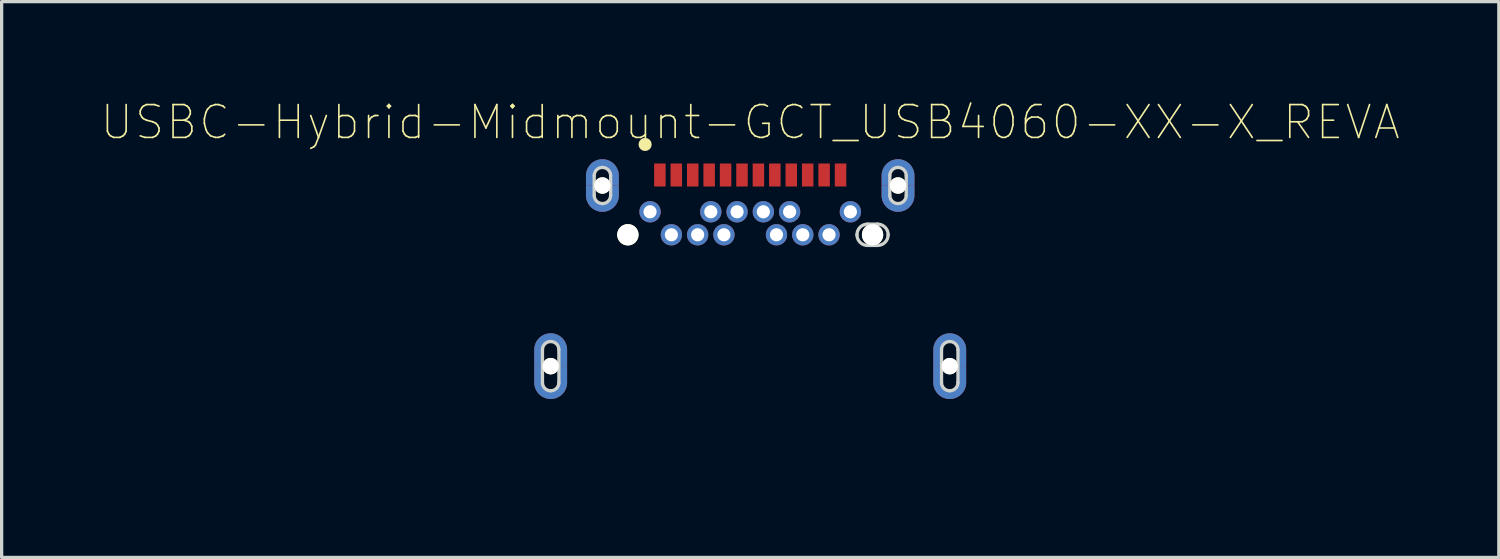
<source format=kicad_pcb>
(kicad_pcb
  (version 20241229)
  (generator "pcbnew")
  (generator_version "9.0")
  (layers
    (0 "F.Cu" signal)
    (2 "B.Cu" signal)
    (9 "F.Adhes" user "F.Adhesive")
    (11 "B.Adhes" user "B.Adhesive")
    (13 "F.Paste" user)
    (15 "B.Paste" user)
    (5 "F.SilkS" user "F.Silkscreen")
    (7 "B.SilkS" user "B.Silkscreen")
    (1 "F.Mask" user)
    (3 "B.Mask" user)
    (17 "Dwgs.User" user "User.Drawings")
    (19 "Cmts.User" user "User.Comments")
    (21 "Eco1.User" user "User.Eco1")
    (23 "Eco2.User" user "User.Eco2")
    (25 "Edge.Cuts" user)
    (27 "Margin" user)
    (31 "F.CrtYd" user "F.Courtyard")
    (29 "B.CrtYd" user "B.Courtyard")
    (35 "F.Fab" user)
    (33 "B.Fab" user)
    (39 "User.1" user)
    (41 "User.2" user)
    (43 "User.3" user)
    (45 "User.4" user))
  (footprint "USBC-Hybrid-Midmount-GCT_USB4060-XX-X_REVA"
    (layer "F.Cu")
    (at 19.791 6.173)
    (property "Reference" "USBC-Hybrid-Midmount-GCT_USB4060-XX-X_REVA" (at 0 -5.5 180) (layer "F.SilkS") (effects (font (size 1 1) (thickness 0.05))))
    (attr through_hole)
    (fp_poly (pts (xy -6.325 1.925) (xy -6.575 1.925) (xy -6.575 2.425) (xy -6.575 2.438) (xy -6.574 2.464) (xy -6.571 2.49) (xy -6.567 2.516) (xy -6.561 2.542) (xy -6.555 2.567) (xy -6.546 2.592) (xy -6.537 2.616) (xy -6.526 2.64) (xy -6.515 2.664) (xy -6.501 2.686) (xy -6.487 2.708) (xy -6.472 2.729) (xy -6.455 2.75) (xy -6.438 2.769) (xy -6.419 2.788) (xy -6.4 2.805) (xy -6.379 2.822) (xy -6.358 2.837) (xy -6.336 2.851) (xy -6.314 2.865) (xy -6.29 2.876) (xy -6.266 2.887) (xy -6.242 2.896) (xy -6.217 2.905) (xy -6.192 2.911) (xy -6.166 2.917) (xy -6.14 2.921) (xy -6.114 2.924) (xy -6.088 2.925) (xy -6.075 2.925) (xy -6.062 2.925) (xy -6.036 2.924) (xy -6.01 2.921) (xy -5.984 2.917) (xy -5.958 2.911) (xy -5.933 2.905) (xy -5.908 2.896) (xy -5.884 2.887) (xy -5.86 2.876) (xy -5.836 2.865) (xy -5.814 2.851) (xy -5.792 2.837) (xy -5.771 2.822) (xy -5.75 2.805) (xy -5.731 2.788) (xy -5.712 2.769) (xy -5.695 2.75) (xy -5.678 2.729) (xy -5.663 2.708) (xy -5.649 2.686) (xy -5.635 2.664) (xy -5.624 2.64) (xy -5.613 2.616) (xy -5.604 2.592) (xy -5.595 2.567) (xy -5.589 2.542) (xy -5.583 2.516) (xy -5.579 2.49) (xy -5.576 2.464) (xy -5.575 2.438) (xy -5.575 2.425) (xy -5.575 1.925) (xy -5.825 1.925) (xy -5.825 2.425) (xy -5.825 2.432) (xy -5.826 2.445) (xy -5.827 2.458) (xy -5.829 2.471) (xy -5.832 2.483) (xy -5.835 2.496) (xy -5.839 2.508) (xy -5.844 2.521) (xy -5.849 2.533) (xy -5.855 2.544) (xy -5.862 2.556) (xy -5.869 2.567) (xy -5.877 2.577) (xy -5.885 2.587) (xy -5.894 2.597) (xy -5.903 2.606) (xy -5.913 2.615) (xy -5.923 2.623) (xy -5.933 2.631) (xy -5.944 2.638) (xy -5.956 2.645) (xy -5.967 2.651) (xy -5.979 2.656) (xy -5.992 2.661) (xy -6.004 2.665) (xy -6.017 2.668) (xy -6.029 2.671) (xy -6.042 2.673) (xy -6.055 2.674) (xy -6.068 2.675) (xy -6.075 2.675) (xy -6.082 2.675) (xy -6.095 2.674) (xy -6.108 2.673) (xy -6.121 2.671) (xy -6.133 2.668) (xy -6.146 2.665) (xy -6.158 2.661) (xy -6.171 2.656) (xy -6.183 2.651) (xy -6.194 2.645) (xy -6.206 2.638) (xy -6.217 2.631) (xy -6.227 2.623) (xy -6.237 2.615) (xy -6.247 2.606) (xy -6.256 2.597) (xy -6.265 2.587) (xy -6.273 2.577) (xy -6.281 2.567) (xy -6.288 2.556) (xy -6.295 2.544) (xy -6.301 2.533) (xy -6.306 2.521) (xy -6.311 2.508) (xy -6.315 2.496) (xy -6.318 2.483) (xy -6.321 2.471) (xy -6.323 2.458) (xy -6.324 2.445) (xy -6.325 2.432) (xy -6.325 2.425)) (stroke (width 0.001) (type solid)) (fill yes) (layer "F.Cu"))
    (fp_poly (pts (xy -5.825 1.925) (xy -5.575 1.925) (xy -5.575 1.425) (xy -5.575 1.412) (xy -5.576 1.386) (xy -5.579 1.36) (xy -5.583 1.334) (xy -5.589 1.308) (xy -5.595 1.283) (xy -5.604 1.258) (xy -5.613 1.234) (xy -5.624 1.21) (xy -5.635 1.186) (xy -5.649 1.164) (xy -5.663 1.142) (xy -5.678 1.121) (xy -5.695 1.1) (xy -5.712 1.081) (xy -5.731 1.062) (xy -5.75 1.045) (xy -5.771 1.028) (xy -5.792 1.013) (xy -5.814 0.999) (xy -5.836 0.985) (xy -5.86 0.974) (xy -5.884 0.963) (xy -5.908 0.954) (xy -5.933 0.945) (xy -5.958 0.939) (xy -5.984 0.933) (xy -6.01 0.929) (xy -6.036 0.926) (xy -6.062 0.925) (xy -6.075 0.925) (xy -6.088 0.925) (xy -6.114 0.926) (xy -6.14 0.929) (xy -6.166 0.933) (xy -6.192 0.939) (xy -6.217 0.945) (xy -6.242 0.954) (xy -6.266 0.963) (xy -6.29 0.974) (xy -6.314 0.985) (xy -6.336 0.999) (xy -6.358 1.013) (xy -6.379 1.028) (xy -6.4 1.045) (xy -6.419 1.062) (xy -6.438 1.081) (xy -6.455 1.1) (xy -6.472 1.121) (xy -6.487 1.142) (xy -6.501 1.164) (xy -6.515 1.186) (xy -6.526 1.21) (xy -6.537 1.234) (xy -6.546 1.258) (xy -6.555 1.283) (xy -6.561 1.308) (xy -6.567 1.334) (xy -6.571 1.36) (xy -6.574 1.386) (xy -6.575 1.412) (xy -6.575 1.425) (xy -6.575 1.925) (xy -6.325 1.925) (xy -6.325 1.425) (xy -6.325 1.418) (xy -6.324 1.405) (xy -6.323 1.392) (xy -6.321 1.379) (xy -6.318 1.367) (xy -6.315 1.354) (xy -6.311 1.342) (xy -6.306 1.329) (xy -6.301 1.317) (xy -6.295 1.306) (xy -6.288 1.294) (xy -6.281 1.283) (xy -6.273 1.273) (xy -6.265 1.263) (xy -6.256 1.253) (xy -6.247 1.244) (xy -6.237 1.235) (xy -6.227 1.227) (xy -6.217 1.219) (xy -6.206 1.212) (xy -6.194 1.205) (xy -6.183 1.199) (xy -6.171 1.194) (xy -6.158 1.189) (xy -6.146 1.185) (xy -6.133 1.182) (xy -6.121 1.179) (xy -6.108 1.177) (xy -6.095 1.176) (xy -6.082 1.175) (xy -6.075 1.175) (xy -6.068 1.175) (xy -6.055 1.176) (xy -6.042 1.177) (xy -6.029 1.179) (xy -6.017 1.182) (xy -6.004 1.185) (xy -5.992 1.189) (xy -5.979 1.194) (xy -5.967 1.199) (xy -5.956 1.205) (xy -5.944 1.212) (xy -5.933 1.219) (xy -5.923 1.227) (xy -5.913 1.235) (xy -5.903 1.244) (xy -5.894 1.253) (xy -5.885 1.263) (xy -5.877 1.273) (xy -5.869 1.283) (xy -5.862 1.294) (xy -5.855 1.306) (xy -5.849 1.317) (xy -5.844 1.329) (xy -5.839 1.342) (xy -5.835 1.354) (xy -5.832 1.367) (xy -5.829 1.379) (xy -5.827 1.392) (xy -5.826 1.405) (xy -5.825 1.418) (xy -5.825 1.425)) (stroke (width 0.001) (type solid)) (fill yes) (layer "F.Cu"))
    (fp_poly (pts (xy -4.75 -3.575) (xy -5 -3.575) (xy -5 -3.275) (xy -5 -3.262) (xy -4.999 -3.236) (xy -4.996 -3.21) (xy -4.992 -3.184) (xy -4.986 -3.158) (xy -4.98 -3.133) (xy -4.971 -3.108) (xy -4.962 -3.084) (xy -4.951 -3.06) (xy -4.94 -3.036) (xy -4.926 -3.014) (xy -4.912 -2.992) (xy -4.897 -2.971) (xy -4.88 -2.95) (xy -4.863 -2.931) (xy -4.844 -2.912) (xy -4.825 -2.895) (xy -4.804 -2.878) (xy -4.783 -2.863) (xy -4.761 -2.849) (xy -4.739 -2.835) (xy -4.715 -2.824) (xy -4.691 -2.813) (xy -4.667 -2.804) (xy -4.642 -2.795) (xy -4.617 -2.789) (xy -4.591 -2.783) (xy -4.565 -2.779) (xy -4.539 -2.776) (xy -4.513 -2.775) (xy -4.5 -2.775) (xy -4.487 -2.775) (xy -4.461 -2.776) (xy -4.435 -2.779) (xy -4.409 -2.783) (xy -4.383 -2.789) (xy -4.358 -2.795) (xy -4.333 -2.804) (xy -4.309 -2.813) (xy -4.285 -2.824) (xy -4.261 -2.835) (xy -4.239 -2.849) (xy -4.217 -2.863) (xy -4.196 -2.878) (xy -4.175 -2.895) (xy -4.156 -2.912) (xy -4.137 -2.931) (xy -4.12 -2.95) (xy -4.103 -2.971) (xy -4.088 -2.992) (xy -4.074 -3.014) (xy -4.06 -3.036) (xy -4.049 -3.06) (xy -4.038 -3.084) (xy -4.029 -3.108) (xy -4.02 -3.133) (xy -4.014 -3.158) (xy -4.008 -3.184) (xy -4.004 -3.21) (xy -4.001 -3.236) (xy -4 -3.262) (xy -4 -3.275) (xy -4 -3.575) (xy -4.25 -3.575) (xy -4.25 -3.275) (xy -4.25 -3.268) (xy -4.251 -3.255) (xy -4.252 -3.242) (xy -4.254 -3.229) (xy -4.257 -3.217) (xy -4.26 -3.204) (xy -4.264 -3.192) (xy -4.269 -3.179) (xy -4.274 -3.167) (xy -4.28 -3.156) (xy -4.287 -3.144) (xy -4.294 -3.133) (xy -4.302 -3.123) (xy -4.31 -3.113) (xy -4.319 -3.103) (xy -4.328 -3.094) (xy -4.338 -3.085) (xy -4.348 -3.077) (xy -4.358 -3.069) (xy -4.369 -3.062) (xy -4.381 -3.055) (xy -4.392 -3.049) (xy -4.404 -3.044) (xy -4.417 -3.039) (xy -4.429 -3.035) (xy -4.442 -3.032) (xy -4.454 -3.029) (xy -4.467 -3.027) (xy -4.48 -3.026) (xy -4.493 -3.025) (xy -4.5 -3.025) (xy -4.507 -3.025) (xy -4.52 -3.026) (xy -4.533 -3.027) (xy -4.546 -3.029) (xy -4.558 -3.032) (xy -4.571 -3.035) (xy -4.583 -3.039) (xy -4.596 -3.044) (xy -4.608 -3.049) (xy -4.619 -3.055) (xy -4.631 -3.062) (xy -4.642 -3.069) (xy -4.652 -3.077) (xy -4.662 -3.085) (xy -4.672 -3.094) (xy -4.681 -3.103) (xy -4.69 -3.113) (xy -4.698 -3.123) (xy -4.706 -3.133) (xy -4.713 -3.144) (xy -4.72 -3.156) (xy -4.726 -3.167) (xy -4.731 -3.179) (xy -4.736 -3.192) (xy -4.74 -3.204) (xy -4.743 -3.217) (xy -4.746 -3.229) (xy -4.748 -3.242) (xy -4.749 -3.255) (xy -4.75 -3.268) (xy -4.75 -3.275)) (stroke (width 0.001) (type solid)) (fill yes) (layer "F.Cu"))
    (fp_poly (pts (xy -4.25 -3.575) (xy -4 -3.575) (xy -4 -3.875) (xy -4 -3.888) (xy -4.001 -3.914) (xy -4.004 -3.94) (xy -4.008 -3.966) (xy -4.014 -3.992) (xy -4.02 -4.017) (xy -4.029 -4.042) (xy -4.038 -4.066) (xy -4.049 -4.09) (xy -4.06 -4.114) (xy -4.074 -4.136) (xy -4.088 -4.158) (xy -4.103 -4.179) (xy -4.12 -4.2) (xy -4.137 -4.219) (xy -4.156 -4.238) (xy -4.175 -4.255) (xy -4.196 -4.272) (xy -4.217 -4.287) (xy -4.239 -4.301) (xy -4.261 -4.315) (xy -4.285 -4.326) (xy -4.309 -4.337) (xy -4.333 -4.346) (xy -4.358 -4.355) (xy -4.383 -4.361) (xy -4.409 -4.367) (xy -4.435 -4.371) (xy -4.461 -4.374) (xy -4.487 -4.375) (xy -4.5 -4.375) (xy -4.513 -4.375) (xy -4.539 -4.374) (xy -4.565 -4.371) (xy -4.591 -4.367) (xy -4.617 -4.361) (xy -4.642 -4.355) (xy -4.667 -4.346) (xy -4.691 -4.337) (xy -4.715 -4.326) (xy -4.739 -4.315) (xy -4.761 -4.301) (xy -4.783 -4.287) (xy -4.804 -4.272) (xy -4.825 -4.255) (xy -4.844 -4.238) (xy -4.863 -4.219) (xy -4.88 -4.2) (xy -4.897 -4.179) (xy -4.912 -4.158) (xy -4.926 -4.136) (xy -4.94 -4.114) (xy -4.951 -4.09) (xy -4.962 -4.066) (xy -4.971 -4.042) (xy -4.98 -4.017) (xy -4.986 -3.992) (xy -4.992 -3.966) (xy -4.996 -3.94) (xy -4.999 -3.914) (xy -5 -3.888) (xy -5 -3.875) (xy -5 -3.575) (xy -4.75 -3.575) (xy -4.75 -3.875) (xy -4.75 -3.882) (xy -4.749 -3.895) (xy -4.748 -3.908) (xy -4.746 -3.921) (xy -4.743 -3.933) (xy -4.74 -3.946) (xy -4.736 -3.958) (xy -4.731 -3.971) (xy -4.726 -3.983) (xy -4.72 -3.994) (xy -4.713 -4.006) (xy -4.706 -4.017) (xy -4.698 -4.027) (xy -4.69 -4.037) (xy -4.681 -4.047) (xy -4.672 -4.056) (xy -4.662 -4.065) (xy -4.652 -4.073) (xy -4.642 -4.081) (xy -4.631 -4.088) (xy -4.619 -4.095) (xy -4.608 -4.101) (xy -4.596 -4.106) (xy -4.583 -4.111) (xy -4.571 -4.115) (xy -4.558 -4.118) (xy -4.546 -4.121) (xy -4.533 -4.123) (xy -4.52 -4.124) (xy -4.507 -4.125) (xy -4.5 -4.125) (xy -4.493 -4.125) (xy -4.48 -4.124) (xy -4.467 -4.123) (xy -4.454 -4.121) (xy -4.442 -4.118) (xy -4.429 -4.115) (xy -4.417 -4.111) (xy -4.404 -4.106) (xy -4.392 -4.101) (xy -4.381 -4.095) (xy -4.369 -4.088) (xy -4.358 -4.081) (xy -4.348 -4.073) (xy -4.338 -4.065) (xy -4.328 -4.056) (xy -4.319 -4.047) (xy -4.31 -4.037) (xy -4.302 -4.027) (xy -4.294 -4.017) (xy -4.287 -4.006) (xy -4.28 -3.994) (xy -4.274 -3.983) (xy -4.269 -3.971) (xy -4.264 -3.958) (xy -4.26 -3.946) (xy -4.257 -3.933) (xy -4.254 -3.921) (xy -4.252 -3.908) (xy -4.251 -3.895) (xy -4.25 -3.882) (xy -4.25 -3.875)) (stroke (width 0.001) (type solid)) (fill yes) (layer "F.Cu"))
    (fp_poly (pts (xy 4.25 -3.575) (xy 4 -3.575) (xy 4 -3.275) (xy 4 -3.262) (xy 4.001 -3.236) (xy 4.004 -3.21) (xy 4.008 -3.184) (xy 4.014 -3.158) (xy 4.02 -3.133) (xy 4.029 -3.108) (xy 4.038 -3.084) (xy 4.049 -3.06) (xy 4.06 -3.036) (xy 4.074 -3.014) (xy 4.088 -2.992) (xy 4.103 -2.971) (xy 4.12 -2.95) (xy 4.137 -2.931) (xy 4.156 -2.912) (xy 4.175 -2.895) (xy 4.196 -2.878) (xy 4.217 -2.863) (xy 4.239 -2.849) (xy 4.261 -2.835) (xy 4.285 -2.824) (xy 4.309 -2.813) (xy 4.333 -2.804) (xy 4.358 -2.795) (xy 4.383 -2.789) (xy 4.409 -2.783) (xy 4.435 -2.779) (xy 4.461 -2.776) (xy 4.487 -2.775) (xy 4.5 -2.775) (xy 4.513 -2.775) (xy 4.539 -2.776) (xy 4.565 -2.779) (xy 4.591 -2.783) (xy 4.617 -2.789) (xy 4.642 -2.795) (xy 4.667 -2.804) (xy 4.691 -2.813) (xy 4.715 -2.824) (xy 4.739 -2.835) (xy 4.761 -2.849) (xy 4.783 -2.863) (xy 4.804 -2.878) (xy 4.825 -2.895) (xy 4.844 -2.912) (xy 4.863 -2.931) (xy 4.88 -2.95) (xy 4.897 -2.971) (xy 4.912 -2.992) (xy 4.926 -3.014) (xy 4.94 -3.036) (xy 4.951 -3.06) (xy 4.962 -3.084) (xy 4.971 -3.108) (xy 4.98 -3.133) (xy 4.986 -3.158) (xy 4.992 -3.184) (xy 4.996 -3.21) (xy 4.999 -3.236) (xy 5 -3.262) (xy 5 -3.275) (xy 5 -3.575) (xy 4.75 -3.575) (xy 4.75 -3.275) (xy 4.75 -3.268) (xy 4.749 -3.255) (xy 4.748 -3.242) (xy 4.746 -3.229) (xy 4.743 -3.217) (xy 4.74 -3.204) (xy 4.736 -3.192) (xy 4.731 -3.179) (xy 4.726 -3.167) (xy 4.72 -3.156) (xy 4.713 -3.144) (xy 4.706 -3.133) (xy 4.698 -3.123) (xy 4.69 -3.113) (xy 4.681 -3.103) (xy 4.672 -3.094) (xy 4.662 -3.085) (xy 4.652 -3.077) (xy 4.642 -3.069) (xy 4.631 -3.062) (xy 4.619 -3.055) (xy 4.608 -3.049) (xy 4.596 -3.044) (xy 4.583 -3.039) (xy 4.571 -3.035) (xy 4.558 -3.032) (xy 4.546 -3.029) (xy 4.533 -3.027) (xy 4.52 -3.026) (xy 4.507 -3.025) (xy 4.5 -3.025) (xy 4.493 -3.025) (xy 4.48 -3.026) (xy 4.467 -3.027) (xy 4.454 -3.029) (xy 4.442 -3.032) (xy 4.429 -3.035) (xy 4.417 -3.039) (xy 4.404 -3.044) (xy 4.392 -3.049) (xy 4.381 -3.055) (xy 4.369 -3.062) (xy 4.358 -3.069) (xy 4.348 -3.077) (xy 4.338 -3.085) (xy 4.328 -3.094) (xy 4.319 -3.103) (xy 4.31 -3.113) (xy 4.302 -3.123) (xy 4.294 -3.133) (xy 4.287 -3.144) (xy 4.28 -3.156) (xy 4.274 -3.167) (xy 4.269 -3.179) (xy 4.264 -3.192) (xy 4.26 -3.204) (xy 4.257 -3.217) (xy 4.254 -3.229) (xy 4.252 -3.242) (xy 4.251 -3.255) (xy 4.25 -3.268) (xy 4.25 -3.275)) (stroke (width 0.001) (type solid)) (fill yes) (layer "F.Cu"))
    (fp_poly (pts (xy 4.75 -3.575) (xy 5 -3.575) (xy 5 -3.875) (xy 5 -3.888) (xy 4.999 -3.914) (xy 4.996 -3.94) (xy 4.992 -3.966) (xy 4.986 -3.992) (xy 4.98 -4.017) (xy 4.971 -4.042) (xy 4.962 -4.066) (xy 4.951 -4.09) (xy 4.94 -4.114) (xy 4.926 -4.136) (xy 4.912 -4.158) (xy 4.897 -4.179) (xy 4.88 -4.2) (xy 4.863 -4.219) (xy 4.844 -4.238) (xy 4.825 -4.255) (xy 4.804 -4.272) (xy 4.783 -4.287) (xy 4.761 -4.301) (xy 4.739 -4.315) (xy 4.715 -4.326) (xy 4.691 -4.337) (xy 4.667 -4.346) (xy 4.642 -4.355) (xy 4.617 -4.361) (xy 4.591 -4.367) (xy 4.565 -4.371) (xy 4.539 -4.374) (xy 4.513 -4.375) (xy 4.5 -4.375) (xy 4.487 -4.375) (xy 4.461 -4.374) (xy 4.435 -4.371) (xy 4.409 -4.367) (xy 4.383 -4.361) (xy 4.358 -4.355) (xy 4.333 -4.346) (xy 4.309 -4.337) (xy 4.285 -4.326) (xy 4.261 -4.315) (xy 4.239 -4.301) (xy 4.217 -4.287) (xy 4.196 -4.272) (xy 4.175 -4.255) (xy 4.156 -4.238) (xy 4.137 -4.219) (xy 4.12 -4.2) (xy 4.103 -4.179) (xy 4.088 -4.158) (xy 4.074 -4.136) (xy 4.06 -4.114) (xy 4.049 -4.09) (xy 4.038 -4.066) (xy 4.029 -4.042) (xy 4.02 -4.017) (xy 4.014 -3.992) (xy 4.008 -3.966) (xy 4.004 -3.94) (xy 4.001 -3.914) (xy 4 -3.888) (xy 4 -3.875) (xy 4 -3.575) (xy 4.25 -3.575) (xy 4.25 -3.875) (xy 4.25 -3.882) (xy 4.251 -3.895) (xy 4.252 -3.908) (xy 4.254 -3.921) (xy 4.257 -3.933) (xy 4.26 -3.946) (xy 4.264 -3.958) (xy 4.269 -3.971) (xy 4.274 -3.983) (xy 4.28 -3.994) (xy 4.287 -4.006) (xy 4.294 -4.017) (xy 4.302 -4.027) (xy 4.31 -4.037) (xy 4.319 -4.047) (xy 4.328 -4.056) (xy 4.338 -4.065) (xy 4.348 -4.073) (xy 4.358 -4.081) (xy 4.369 -4.088) (xy 4.381 -4.095) (xy 4.392 -4.101) (xy 4.404 -4.106) (xy 4.417 -4.111) (xy 4.429 -4.115) (xy 4.442 -4.118) (xy 4.454 -4.121) (xy 4.467 -4.123) (xy 4.48 -4.124) (xy 4.493 -4.125) (xy 4.5 -4.125) (xy 4.507 -4.125) (xy 4.52 -4.124) (xy 4.533 -4.123) (xy 4.546 -4.121) (xy 4.558 -4.118) (xy 4.571 -4.115) (xy 4.583 -4.111) (xy 4.596 -4.106) (xy 4.608 -4.101) (xy 4.619 -4.095) (xy 4.631 -4.088) (xy 4.642 -4.081) (xy 4.652 -4.073) (xy 4.662 -4.065) (xy 4.672 -4.056) (xy 4.681 -4.047) (xy 4.69 -4.037) (xy 4.698 -4.027) (xy 4.706 -4.017) (xy 4.713 -4.006) (xy 4.72 -3.994) (xy 4.726 -3.983) (xy 4.731 -3.971) (xy 4.736 -3.958) (xy 4.74 -3.946) (xy 4.743 -3.933) (xy 4.746 -3.921) (xy 4.748 -3.908) (xy 4.749 -3.895) (xy 4.75 -3.882) (xy 4.75 -3.875)) (stroke (width 0.001) (type solid)) (fill yes) (layer "F.Cu"))
    (fp_poly (pts (xy 5.825 1.925) (xy 5.575 1.925) (xy 5.575 2.425) (xy 5.575 2.438) (xy 5.576 2.464) (xy 5.579 2.49) (xy 5.583 2.516) (xy 5.589 2.542) (xy 5.595 2.567) (xy 5.604 2.592) (xy 5.613 2.616) (xy 5.624 2.64) (xy 5.635 2.664) (xy 5.649 2.686) (xy 5.663 2.708) (xy 5.678 2.729) (xy 5.695 2.75) (xy 5.712 2.769) (xy 5.731 2.788) (xy 5.75 2.805) (xy 5.771 2.822) (xy 5.792 2.837) (xy 5.814 2.851) (xy 5.836 2.865) (xy 5.86 2.876) (xy 5.884 2.887) (xy 5.908 2.896) (xy 5.933 2.905) (xy 5.958 2.911) (xy 5.984 2.917) (xy 6.01 2.921) (xy 6.036 2.924) (xy 6.062 2.925) (xy 6.075 2.925) (xy 6.088 2.925) (xy 6.114 2.924) (xy 6.14 2.921) (xy 6.166 2.917) (xy 6.192 2.911) (xy 6.217 2.905) (xy 6.242 2.896) (xy 6.266 2.887) (xy 6.29 2.876) (xy 6.314 2.865) (xy 6.336 2.851) (xy 6.358 2.837) (xy 6.379 2.822) (xy 6.4 2.805) (xy 6.419 2.788) (xy 6.438 2.769) (xy 6.455 2.75) (xy 6.472 2.729) (xy 6.487 2.708) (xy 6.501 2.686) (xy 6.515 2.664) (xy 6.526 2.64) (xy 6.537 2.616) (xy 6.546 2.592) (xy 6.555 2.567) (xy 6.561 2.542) (xy 6.567 2.516) (xy 6.571 2.49) (xy 6.574 2.464) (xy 6.575 2.438) (xy 6.575 2.425) (xy 6.575 1.925) (xy 6.325 1.925) (xy 6.325 2.425) (xy 6.325 2.432) (xy 6.324 2.445) (xy 6.323 2.458) (xy 6.321 2.471) (xy 6.318 2.483) (xy 6.315 2.496) (xy 6.311 2.508) (xy 6.306 2.521) (xy 6.301 2.533) (xy 6.295 2.544) (xy 6.288 2.556) (xy 6.281 2.567) (xy 6.273 2.577) (xy 6.265 2.587) (xy 6.256 2.597) (xy 6.247 2.606) (xy 6.237 2.615) (xy 6.227 2.623) (xy 6.217 2.631) (xy 6.206 2.638) (xy 6.194 2.645) (xy 6.183 2.651) (xy 6.171 2.656) (xy 6.158 2.661) (xy 6.146 2.665) (xy 6.133 2.668) (xy 6.121 2.671) (xy 6.108 2.673) (xy 6.095 2.674) (xy 6.082 2.675) (xy 6.075 2.675) (xy 6.068 2.675) (xy 6.055 2.674) (xy 6.042 2.673) (xy 6.029 2.671) (xy 6.017 2.668) (xy 6.004 2.665) (xy 5.992 2.661) (xy 5.979 2.656) (xy 5.967 2.651) (xy 5.956 2.645) (xy 5.944 2.638) (xy 5.933 2.631) (xy 5.923 2.623) (xy 5.913 2.615) (xy 5.903 2.606) (xy 5.894 2.597) (xy 5.885 2.587) (xy 5.877 2.577) (xy 5.869 2.567) (xy 5.862 2.556) (xy 5.855 2.544) (xy 5.849 2.533) (xy 5.844 2.521) (xy 5.839 2.508) (xy 5.835 2.496) (xy 5.832 2.483) (xy 5.829 2.471) (xy 5.827 2.458) (xy 5.826 2.445) (xy 5.825 2.432) (xy 5.825 2.425)) (stroke (width 0.001) (type solid)) (fill yes) (layer "F.Cu"))
    (fp_poly (pts (xy 6.325 1.925) (xy 6.575 1.925) (xy 6.575 1.425) (xy 6.575 1.412) (xy 6.574 1.386) (xy 6.571 1.36) (xy 6.567 1.334) (xy 6.561 1.308) (xy 6.555 1.283) (xy 6.546 1.258) (xy 6.537 1.234) (xy 6.526 1.21) (xy 6.515 1.186) (xy 6.501 1.164) (xy 6.487 1.142) (xy 6.472 1.121) (xy 6.455 1.1) (xy 6.438 1.081) (xy 6.419 1.062) (xy 6.4 1.045) (xy 6.379 1.028) (xy 6.358 1.013) (xy 6.336 0.999) (xy 6.314 0.985) (xy 6.29 0.974) (xy 6.266 0.963) (xy 6.242 0.954) (xy 6.217 0.945) (xy 6.192 0.939) (xy 6.166 0.933) (xy 6.14 0.929) (xy 6.114 0.926) (xy 6.088 0.925) (xy 6.075 0.925) (xy 6.062 0.925) (xy 6.036 0.926) (xy 6.01 0.929) (xy 5.984 0.933) (xy 5.958 0.939) (xy 5.933 0.945) (xy 5.908 0.954) (xy 5.884 0.963) (xy 5.86 0.974) (xy 5.836 0.985) (xy 5.814 0.999) (xy 5.792 1.013) (xy 5.771 1.028) (xy 5.75 1.045) (xy 5.731 1.062) (xy 5.712 1.081) (xy 5.695 1.1) (xy 5.678 1.121) (xy 5.663 1.142) (xy 5.649 1.164) (xy 5.635 1.186) (xy 5.624 1.21) (xy 5.613 1.234) (xy 5.604 1.258) (xy 5.595 1.283) (xy 5.589 1.308) (xy 5.583 1.334) (xy 5.579 1.36) (xy 5.576 1.386) (xy 5.575 1.412) (xy 5.575 1.425) (xy 5.575 1.925) (xy 5.825 1.925) (xy 5.825 1.425) (xy 5.825 1.418) (xy 5.826 1.405) (xy 5.827 1.392) (xy 5.829 1.379) (xy 5.832 1.367) (xy 5.835 1.354) (xy 5.839 1.342) (xy 5.844 1.329) (xy 5.849 1.317) (xy 5.855 1.306) (xy 5.862 1.294) (xy 5.869 1.283) (xy 5.877 1.273) (xy 5.885 1.263) (xy 5.894 1.253) (xy 5.903 1.244) (xy 5.913 1.235) (xy 5.923 1.227) (xy 5.933 1.219) (xy 5.944 1.212) (xy 5.956 1.205) (xy 5.967 1.199) (xy 5.979 1.194) (xy 5.992 1.189) (xy 6.004 1.185) (xy 6.017 1.182) (xy 6.029 1.179) (xy 6.042 1.177) (xy 6.055 1.176) (xy 6.068 1.175) (xy 6.075 1.175) (xy 6.082 1.175) (xy 6.095 1.176) (xy 6.108 1.177) (xy 6.121 1.179) (xy 6.133 1.182) (xy 6.146 1.185) (xy 6.158 1.189) (xy 6.171 1.194) (xy 6.183 1.199) (xy 6.194 1.205) (xy 6.206 1.212) (xy 6.217 1.219) (xy 6.227 1.227) (xy 6.237 1.235) (xy 6.247 1.244) (xy 6.256 1.253) (xy 6.265 1.263) (xy 6.273 1.273) (xy 6.281 1.283) (xy 6.288 1.294) (xy 6.295 1.306) (xy 6.301 1.317) (xy 6.306 1.329) (xy 6.311 1.342) (xy 6.315 1.354) (xy 6.318 1.367) (xy 6.321 1.379) (xy 6.323 1.392) (xy 6.324 1.405) (xy 6.325 1.418) (xy 6.325 1.425)) (stroke (width 0.001) (type solid)) (fill yes) (layer "F.Cu"))
    (fp_poly (pts (xy -6.68 0.825) (xy -5.475 0.825) (xy -5.475 3.027) (xy -6.68 3.027)) (stroke (width 0) (type solid)) (fill yes) (layer "F.Mask"))
    (fp_poly (pts (xy -5.109 -4.475) (xy -3.9 -4.475) (xy -3.9 -2.68) (xy -5.109 -2.68)) (stroke (width 0) (type solid)) (fill yes) (layer "F.Mask"))
    (fp_poly (pts (xy 3.153 -2.5) (xy 4.3 -2.5) (xy 4.3 -1.652) (xy 3.153 -1.652)) (stroke (width 0) (type solid)) (fill yes) (layer "F.Mask"))
    (fp_poly (pts (xy 3.906 -4.475) (xy 5.1 -4.475) (xy 5.1 -2.679) (xy 3.906 -2.679)) (stroke (width 0) (type solid)) (fill yes) (layer "F.Mask"))
    (fp_poly (pts (xy 5.482 0.825) (xy 6.675 0.825) (xy 6.675 3.029) (xy 5.482 3.029)) (stroke (width 0) (type solid)) (fill yes) (layer "F.Mask"))
    (fp_poly (pts (xy -6.325 1.925) (xy -6.575 1.925) (xy -6.575 2.425) (xy -6.575 2.438) (xy -6.574 2.464) (xy -6.571 2.49) (xy -6.567 2.516) (xy -6.561 2.542) (xy -6.555 2.567) (xy -6.546 2.592) (xy -6.537 2.616) (xy -6.526 2.64) (xy -6.515 2.664) (xy -6.501 2.686) (xy -6.487 2.708) (xy -6.472 2.729) (xy -6.455 2.75) (xy -6.438 2.769) (xy -6.419 2.788) (xy -6.4 2.805) (xy -6.379 2.822) (xy -6.358 2.837) (xy -6.336 2.851) (xy -6.314 2.865) (xy -6.29 2.876) (xy -6.266 2.887) (xy -6.242 2.896) (xy -6.217 2.905) (xy -6.192 2.911) (xy -6.166 2.917) (xy -6.14 2.921) (xy -6.114 2.924) (xy -6.088 2.925) (xy -6.075 2.925) (xy -6.062 2.925) (xy -6.036 2.924) (xy -6.01 2.921) (xy -5.984 2.917) (xy -5.958 2.911) (xy -5.933 2.905) (xy -5.908 2.896) (xy -5.884 2.887) (xy -5.86 2.876) (xy -5.836 2.865) (xy -5.814 2.851) (xy -5.792 2.837) (xy -5.771 2.822) (xy -5.75 2.805) (xy -5.731 2.788) (xy -5.712 2.769) (xy -5.695 2.75) (xy -5.678 2.729) (xy -5.663 2.708) (xy -5.649 2.686) (xy -5.635 2.664) (xy -5.624 2.64) (xy -5.613 2.616) (xy -5.604 2.592) (xy -5.595 2.567) (xy -5.589 2.542) (xy -5.583 2.516) (xy -5.579 2.49) (xy -5.576 2.464) (xy -5.575 2.438) (xy -5.575 2.425) (xy -5.575 1.925) (xy -5.825 1.925) (xy -5.825 2.425) (xy -5.825 2.432) (xy -5.826 2.445) (xy -5.827 2.458) (xy -5.829 2.471) (xy -5.832 2.483) (xy -5.835 2.496) (xy -5.839 2.508) (xy -5.844 2.521) (xy -5.849 2.533) (xy -5.855 2.544) (xy -5.862 2.556) (xy -5.869 2.567) (xy -5.877 2.577) (xy -5.885 2.587) (xy -5.894 2.597) (xy -5.903 2.606) (xy -5.913 2.615) (xy -5.923 2.623) (xy -5.933 2.631) (xy -5.944 2.638) (xy -5.956 2.645) (xy -5.967 2.651) (xy -5.979 2.656) (xy -5.992 2.661) (xy -6.004 2.665) (xy -6.017 2.668) (xy -6.029 2.671) (xy -6.042 2.673) (xy -6.055 2.674) (xy -6.068 2.675) (xy -6.075 2.675) (xy -6.082 2.675) (xy -6.095 2.674) (xy -6.108 2.673) (xy -6.121 2.671) (xy -6.133 2.668) (xy -6.146 2.665) (xy -6.158 2.661) (xy -6.171 2.656) (xy -6.183 2.651) (xy -6.194 2.645) (xy -6.206 2.638) (xy -6.217 2.631) (xy -6.227 2.623) (xy -6.237 2.615) (xy -6.247 2.606) (xy -6.256 2.597) (xy -6.265 2.587) (xy -6.273 2.577) (xy -6.281 2.567) (xy -6.288 2.556) (xy -6.295 2.544) (xy -6.301 2.533) (xy -6.306 2.521) (xy -6.311 2.508) (xy -6.315 2.496) (xy -6.318 2.483) (xy -6.321 2.471) (xy -6.323 2.458) (xy -6.324 2.445) (xy -6.325 2.432) (xy -6.325 2.425)) (stroke (width 0.001) (type solid)) (fill yes) (layer "B.Cu"))
    (fp_poly (pts (xy -5.825 1.925) (xy -5.575 1.925) (xy -5.575 1.425) (xy -5.575 1.412) (xy -5.576 1.386) (xy -5.579 1.36) (xy -5.583 1.334) (xy -5.589 1.308) (xy -5.595 1.283) (xy -5.604 1.258) (xy -5.613 1.234) (xy -5.624 1.21) (xy -5.635 1.186) (xy -5.649 1.164) (xy -5.663 1.142) (xy -5.678 1.121) (xy -5.695 1.1) (xy -5.712 1.081) (xy -5.731 1.062) (xy -5.75 1.045) (xy -5.771 1.028) (xy -5.792 1.013) (xy -5.814 0.999) (xy -5.836 0.985) (xy -5.86 0.974) (xy -5.884 0.963) (xy -5.908 0.954) (xy -5.933 0.945) (xy -5.958 0.939) (xy -5.984 0.933) (xy -6.01 0.929) (xy -6.036 0.926) (xy -6.062 0.925) (xy -6.075 0.925) (xy -6.088 0.925) (xy -6.114 0.926) (xy -6.14 0.929) (xy -6.166 0.933) (xy -6.192 0.939) (xy -6.217 0.945) (xy -6.242 0.954) (xy -6.266 0.963) (xy -6.29 0.974) (xy -6.314 0.985) (xy -6.336 0.999) (xy -6.358 1.013) (xy -6.379 1.028) (xy -6.4 1.045) (xy -6.419 1.062) (xy -6.438 1.081) (xy -6.455 1.1) (xy -6.472 1.121) (xy -6.487 1.142) (xy -6.501 1.164) (xy -6.515 1.186) (xy -6.526 1.21) (xy -6.537 1.234) (xy -6.546 1.258) (xy -6.555 1.283) (xy -6.561 1.308) (xy -6.567 1.334) (xy -6.571 1.36) (xy -6.574 1.386) (xy -6.575 1.412) (xy -6.575 1.425) (xy -6.575 1.925) (xy -6.325 1.925) (xy -6.325 1.425) (xy -6.325 1.418) (xy -6.324 1.405) (xy -6.323 1.392) (xy -6.321 1.379) (xy -6.318 1.367) (xy -6.315 1.354) (xy -6.311 1.342) (xy -6.306 1.329) (xy -6.301 1.317) (xy -6.295 1.306) (xy -6.288 1.294) (xy -6.281 1.283) (xy -6.273 1.273) (xy -6.265 1.263) (xy -6.256 1.253) (xy -6.247 1.244) (xy -6.237 1.235) (xy -6.227 1.227) (xy -6.217 1.219) (xy -6.206 1.212) (xy -6.194 1.205) (xy -6.183 1.199) (xy -6.171 1.194) (xy -6.158 1.189) (xy -6.146 1.185) (xy -6.133 1.182) (xy -6.121 1.179) (xy -6.108 1.177) (xy -6.095 1.176) (xy -6.082 1.175) (xy -6.075 1.175) (xy -6.068 1.175) (xy -6.055 1.176) (xy -6.042 1.177) (xy -6.029 1.179) (xy -6.017 1.182) (xy -6.004 1.185) (xy -5.992 1.189) (xy -5.979 1.194) (xy -5.967 1.199) (xy -5.956 1.205) (xy -5.944 1.212) (xy -5.933 1.219) (xy -5.923 1.227) (xy -5.913 1.235) (xy -5.903 1.244) (xy -5.894 1.253) (xy -5.885 1.263) (xy -5.877 1.273) (xy -5.869 1.283) (xy -5.862 1.294) (xy -5.855 1.306) (xy -5.849 1.317) (xy -5.844 1.329) (xy -5.839 1.342) (xy -5.835 1.354) (xy -5.832 1.367) (xy -5.829 1.379) (xy -5.827 1.392) (xy -5.826 1.405) (xy -5.825 1.418) (xy -5.825 1.425)) (stroke (width 0.001) (type solid)) (fill yes) (layer "B.Cu"))
    (fp_poly (pts (xy -4.75 -3.575) (xy -5 -3.575) (xy -5 -3.275) (xy -5 -3.262) (xy -4.999 -3.236) (xy -4.996 -3.21) (xy -4.992 -3.184) (xy -4.986 -3.158) (xy -4.98 -3.133) (xy -4.971 -3.108) (xy -4.962 -3.084) (xy -4.951 -3.06) (xy -4.94 -3.036) (xy -4.926 -3.014) (xy -4.912 -2.992) (xy -4.897 -2.971) (xy -4.88 -2.95) (xy -4.863 -2.931) (xy -4.844 -2.912) (xy -4.825 -2.895) (xy -4.804 -2.878) (xy -4.783 -2.863) (xy -4.761 -2.849) (xy -4.739 -2.835) (xy -4.715 -2.824) (xy -4.691 -2.813) (xy -4.667 -2.804) (xy -4.642 -2.795) (xy -4.617 -2.789) (xy -4.591 -2.783) (xy -4.565 -2.779) (xy -4.539 -2.776) (xy -4.513 -2.775) (xy -4.5 -2.775) (xy -4.487 -2.775) (xy -4.461 -2.776) (xy -4.435 -2.779) (xy -4.409 -2.783) (xy -4.383 -2.789) (xy -4.358 -2.795) (xy -4.333 -2.804) (xy -4.309 -2.813) (xy -4.285 -2.824) (xy -4.261 -2.835) (xy -4.239 -2.849) (xy -4.217 -2.863) (xy -4.196 -2.878) (xy -4.175 -2.895) (xy -4.156 -2.912) (xy -4.137 -2.931) (xy -4.12 -2.95) (xy -4.103 -2.971) (xy -4.088 -2.992) (xy -4.074 -3.014) (xy -4.06 -3.036) (xy -4.049 -3.06) (xy -4.038 -3.084) (xy -4.029 -3.108) (xy -4.02 -3.133) (xy -4.014 -3.158) (xy -4.008 -3.184) (xy -4.004 -3.21) (xy -4.001 -3.236) (xy -4 -3.262) (xy -4 -3.275) (xy -4 -3.575) (xy -4.25 -3.575) (xy -4.25 -3.275) (xy -4.25 -3.268) (xy -4.251 -3.255) (xy -4.252 -3.242) (xy -4.254 -3.229) (xy -4.257 -3.217) (xy -4.26 -3.204) (xy -4.264 -3.192) (xy -4.269 -3.179) (xy -4.274 -3.167) (xy -4.28 -3.156) (xy -4.287 -3.144) (xy -4.294 -3.133) (xy -4.302 -3.123) (xy -4.31 -3.113) (xy -4.319 -3.103) (xy -4.328 -3.094) (xy -4.338 -3.085) (xy -4.348 -3.077) (xy -4.358 -3.069) (xy -4.369 -3.062) (xy -4.381 -3.055) (xy -4.392 -3.049) (xy -4.404 -3.044) (xy -4.417 -3.039) (xy -4.429 -3.035) (xy -4.442 -3.032) (xy -4.454 -3.029) (xy -4.467 -3.027) (xy -4.48 -3.026) (xy -4.493 -3.025) (xy -4.5 -3.025) (xy -4.507 -3.025) (xy -4.52 -3.026) (xy -4.533 -3.027) (xy -4.546 -3.029) (xy -4.558 -3.032) (xy -4.571 -3.035) (xy -4.583 -3.039) (xy -4.596 -3.044) (xy -4.608 -3.049) (xy -4.619 -3.055) (xy -4.631 -3.062) (xy -4.642 -3.069) (xy -4.652 -3.077) (xy -4.662 -3.085) (xy -4.672 -3.094) (xy -4.681 -3.103) (xy -4.69 -3.113) (xy -4.698 -3.123) (xy -4.706 -3.133) (xy -4.713 -3.144) (xy -4.72 -3.156) (xy -4.726 -3.167) (xy -4.731 -3.179) (xy -4.736 -3.192) (xy -4.74 -3.204) (xy -4.743 -3.217) (xy -4.746 -3.229) (xy -4.748 -3.242) (xy -4.749 -3.255) (xy -4.75 -3.268) (xy -4.75 -3.275)) (stroke (width 0.001) (type solid)) (fill yes) (layer "B.Cu"))
    (fp_poly (pts (xy -4.25 -3.575) (xy -4 -3.575) (xy -4 -3.875) (xy -4 -3.888) (xy -4.001 -3.914) (xy -4.004 -3.94) (xy -4.008 -3.966) (xy -4.014 -3.992) (xy -4.02 -4.017) (xy -4.029 -4.042) (xy -4.038 -4.066) (xy -4.049 -4.09) (xy -4.06 -4.114) (xy -4.074 -4.136) (xy -4.088 -4.158) (xy -4.103 -4.179) (xy -4.12 -4.2) (xy -4.137 -4.219) (xy -4.156 -4.238) (xy -4.175 -4.255) (xy -4.196 -4.272) (xy -4.217 -4.287) (xy -4.239 -4.301) (xy -4.261 -4.315) (xy -4.285 -4.326) (xy -4.309 -4.337) (xy -4.333 -4.346) (xy -4.358 -4.355) (xy -4.383 -4.361) (xy -4.409 -4.367) (xy -4.435 -4.371) (xy -4.461 -4.374) (xy -4.487 -4.375) (xy -4.5 -4.375) (xy -4.513 -4.375) (xy -4.539 -4.374) (xy -4.565 -4.371) (xy -4.591 -4.367) (xy -4.617 -4.361) (xy -4.642 -4.355) (xy -4.667 -4.346) (xy -4.691 -4.337) (xy -4.715 -4.326) (xy -4.739 -4.315) (xy -4.761 -4.301) (xy -4.783 -4.287) (xy -4.804 -4.272) (xy -4.825 -4.255) (xy -4.844 -4.238) (xy -4.863 -4.219) (xy -4.88 -4.2) (xy -4.897 -4.179) (xy -4.912 -4.158) (xy -4.926 -4.136) (xy -4.94 -4.114) (xy -4.951 -4.09) (xy -4.962 -4.066) (xy -4.971 -4.042) (xy -4.98 -4.017) (xy -4.986 -3.992) (xy -4.992 -3.966) (xy -4.996 -3.94) (xy -4.999 -3.914) (xy -5 -3.888) (xy -5 -3.875) (xy -5 -3.575) (xy -4.75 -3.575) (xy -4.75 -3.875) (xy -4.75 -3.882) (xy -4.749 -3.895) (xy -4.748 -3.908) (xy -4.746 -3.921) (xy -4.743 -3.933) (xy -4.74 -3.946) (xy -4.736 -3.958) (xy -4.731 -3.971) (xy -4.726 -3.983) (xy -4.72 -3.994) (xy -4.713 -4.006) (xy -4.706 -4.017) (xy -4.698 -4.027) (xy -4.69 -4.037) (xy -4.681 -4.047) (xy -4.672 -4.056) (xy -4.662 -4.065) (xy -4.652 -4.073) (xy -4.642 -4.081) (xy -4.631 -4.088) (xy -4.619 -4.095) (xy -4.608 -4.101) (xy -4.596 -4.106) (xy -4.583 -4.111) (xy -4.571 -4.115) (xy -4.558 -4.118) (xy -4.546 -4.121) (xy -4.533 -4.123) (xy -4.52 -4.124) (xy -4.507 -4.125) (xy -4.5 -4.125) (xy -4.493 -4.125) (xy -4.48 -4.124) (xy -4.467 -4.123) (xy -4.454 -4.121) (xy -4.442 -4.118) (xy -4.429 -4.115) (xy -4.417 -4.111) (xy -4.404 -4.106) (xy -4.392 -4.101) (xy -4.381 -4.095) (xy -4.369 -4.088) (xy -4.358 -4.081) (xy -4.348 -4.073) (xy -4.338 -4.065) (xy -4.328 -4.056) (xy -4.319 -4.047) (xy -4.31 -4.037) (xy -4.302 -4.027) (xy -4.294 -4.017) (xy -4.287 -4.006) (xy -4.28 -3.994) (xy -4.274 -3.983) (xy -4.269 -3.971) (xy -4.264 -3.958) (xy -4.26 -3.946) (xy -4.257 -3.933) (xy -4.254 -3.921) (xy -4.252 -3.908) (xy -4.251 -3.895) (xy -4.25 -3.882) (xy -4.25 -3.875)) (stroke (width 0.001) (type solid)) (fill yes) (layer "B.Cu"))
    (fp_poly (pts (xy 4.25 -3.575) (xy 4 -3.575) (xy 4 -3.275) (xy 4 -3.262) (xy 4.001 -3.236) (xy 4.004 -3.21) (xy 4.008 -3.184) (xy 4.014 -3.158) (xy 4.02 -3.133) (xy 4.029 -3.108) (xy 4.038 -3.084) (xy 4.049 -3.06) (xy 4.06 -3.036) (xy 4.074 -3.014) (xy 4.088 -2.992) (xy 4.103 -2.971) (xy 4.12 -2.95) (xy 4.137 -2.931) (xy 4.156 -2.912) (xy 4.175 -2.895) (xy 4.196 -2.878) (xy 4.217 -2.863) (xy 4.239 -2.849) (xy 4.261 -2.835) (xy 4.285 -2.824) (xy 4.309 -2.813) (xy 4.333 -2.804) (xy 4.358 -2.795) (xy 4.383 -2.789) (xy 4.409 -2.783) (xy 4.435 -2.779) (xy 4.461 -2.776) (xy 4.487 -2.775) (xy 4.5 -2.775) (xy 4.513 -2.775) (xy 4.539 -2.776) (xy 4.565 -2.779) (xy 4.591 -2.783) (xy 4.617 -2.789) (xy 4.642 -2.795) (xy 4.667 -2.804) (xy 4.691 -2.813) (xy 4.715 -2.824) (xy 4.739 -2.835) (xy 4.761 -2.849) (xy 4.783 -2.863) (xy 4.804 -2.878) (xy 4.825 -2.895) (xy 4.844 -2.912) (xy 4.863 -2.931) (xy 4.88 -2.95) (xy 4.897 -2.971) (xy 4.912 -2.992) (xy 4.926 -3.014) (xy 4.94 -3.036) (xy 4.951 -3.06) (xy 4.962 -3.084) (xy 4.971 -3.108) (xy 4.98 -3.133) (xy 4.986 -3.158) (xy 4.992 -3.184) (xy 4.996 -3.21) (xy 4.999 -3.236) (xy 5 -3.262) (xy 5 -3.275) (xy 5 -3.575) (xy 4.75 -3.575) (xy 4.75 -3.275) (xy 4.75 -3.268) (xy 4.749 -3.255) (xy 4.748 -3.242) (xy 4.746 -3.229) (xy 4.743 -3.217) (xy 4.74 -3.204) (xy 4.736 -3.192) (xy 4.731 -3.179) (xy 4.726 -3.167) (xy 4.72 -3.156) (xy 4.713 -3.144) (xy 4.706 -3.133) (xy 4.698 -3.123) (xy 4.69 -3.113) (xy 4.681 -3.103) (xy 4.672 -3.094) (xy 4.662 -3.085) (xy 4.652 -3.077) (xy 4.642 -3.069) (xy 4.631 -3.062) (xy 4.619 -3.055) (xy 4.608 -3.049) (xy 4.596 -3.044) (xy 4.583 -3.039) (xy 4.571 -3.035) (xy 4.558 -3.032) (xy 4.546 -3.029) (xy 4.533 -3.027) (xy 4.52 -3.026) (xy 4.507 -3.025) (xy 4.5 -3.025) (xy 4.493 -3.025) (xy 4.48 -3.026) (xy 4.467 -3.027) (xy 4.454 -3.029) (xy 4.442 -3.032) (xy 4.429 -3.035) (xy 4.417 -3.039) (xy 4.404 -3.044) (xy 4.392 -3.049) (xy 4.381 -3.055) (xy 4.369 -3.062) (xy 4.358 -3.069) (xy 4.348 -3.077) (xy 4.338 -3.085) (xy 4.328 -3.094) (xy 4.319 -3.103) (xy 4.31 -3.113) (xy 4.302 -3.123) (xy 4.294 -3.133) (xy 4.287 -3.144) (xy 4.28 -3.156) (xy 4.274 -3.167) (xy 4.269 -3.179) (xy 4.264 -3.192) (xy 4.26 -3.204) (xy 4.257 -3.217) (xy 4.254 -3.229) (xy 4.252 -3.242) (xy 4.251 -3.255) (xy 4.25 -3.268) (xy 4.25 -3.275)) (stroke (width 0.001) (type solid)) (fill yes) (layer "B.Cu"))
    (fp_poly (pts (xy 4.75 -3.575) (xy 5 -3.575) (xy 5 -3.875) (xy 5 -3.888) (xy 4.999 -3.914) (xy 4.996 -3.94) (xy 4.992 -3.966) (xy 4.986 -3.992) (xy 4.98 -4.017) (xy 4.971 -4.042) (xy 4.962 -4.066) (xy 4.951 -4.09) (xy 4.94 -4.114) (xy 4.926 -4.136) (xy 4.912 -4.158) (xy 4.897 -4.179) (xy 4.88 -4.2) (xy 4.863 -4.219) (xy 4.844 -4.238) (xy 4.825 -4.255) (xy 4.804 -4.272) (xy 4.783 -4.287) (xy 4.761 -4.301) (xy 4.739 -4.315) (xy 4.715 -4.326) (xy 4.691 -4.337) (xy 4.667 -4.346) (xy 4.642 -4.355) (xy 4.617 -4.361) (xy 4.591 -4.367) (xy 4.565 -4.371) (xy 4.539 -4.374) (xy 4.513 -4.375) (xy 4.5 -4.375) (xy 4.487 -4.375) (xy 4.461 -4.374) (xy 4.435 -4.371) (xy 4.409 -4.367) (xy 4.383 -4.361) (xy 4.358 -4.355) (xy 4.333 -4.346) (xy 4.309 -4.337) (xy 4.285 -4.326) (xy 4.261 -4.315) (xy 4.239 -4.301) (xy 4.217 -4.287) (xy 4.196 -4.272) (xy 4.175 -4.255) (xy 4.156 -4.238) (xy 4.137 -4.219) (xy 4.12 -4.2) (xy 4.103 -4.179) (xy 4.088 -4.158) (xy 4.074 -4.136) (xy 4.06 -4.114) (xy 4.049 -4.09) (xy 4.038 -4.066) (xy 4.029 -4.042) (xy 4.02 -4.017) (xy 4.014 -3.992) (xy 4.008 -3.966) (xy 4.004 -3.94) (xy 4.001 -3.914) (xy 4 -3.888) (xy 4 -3.875) (xy 4 -3.575) (xy 4.25 -3.575) (xy 4.25 -3.875) (xy 4.25 -3.882) (xy 4.251 -3.895) (xy 4.252 -3.908) (xy 4.254 -3.921) (xy 4.257 -3.933) (xy 4.26 -3.946) (xy 4.264 -3.958) (xy 4.269 -3.971) (xy 4.274 -3.983) (xy 4.28 -3.994) (xy 4.287 -4.006) (xy 4.294 -4.017) (xy 4.302 -4.027) (xy 4.31 -4.037) (xy 4.319 -4.047) (xy 4.328 -4.056) (xy 4.338 -4.065) (xy 4.348 -4.073) (xy 4.358 -4.081) (xy 4.369 -4.088) (xy 4.381 -4.095) (xy 4.392 -4.101) (xy 4.404 -4.106) (xy 4.417 -4.111) (xy 4.429 -4.115) (xy 4.442 -4.118) (xy 4.454 -4.121) (xy 4.467 -4.123) (xy 4.48 -4.124) (xy 4.493 -4.125) (xy 4.5 -4.125) (xy 4.507 -4.125) (xy 4.52 -4.124) (xy 4.533 -4.123) (xy 4.546 -4.121) (xy 4.558 -4.118) (xy 4.571 -4.115) (xy 4.583 -4.111) (xy 4.596 -4.106) (xy 4.608 -4.101) (xy 4.619 -4.095) (xy 4.631 -4.088) (xy 4.642 -4.081) (xy 4.652 -4.073) (xy 4.662 -4.065) (xy 4.672 -4.056) (xy 4.681 -4.047) (xy 4.69 -4.037) (xy 4.698 -4.027) (xy 4.706 -4.017) (xy 4.713 -4.006) (xy 4.72 -3.994) (xy 4.726 -3.983) (xy 4.731 -3.971) (xy 4.736 -3.958) (xy 4.74 -3.946) (xy 4.743 -3.933) (xy 4.746 -3.921) (xy 4.748 -3.908) (xy 4.749 -3.895) (xy 4.75 -3.882) (xy 4.75 -3.875)) (stroke (width 0.001) (type solid)) (fill yes) (layer "B.Cu"))
    (fp_poly (pts (xy 5.825 1.925) (xy 5.575 1.925) (xy 5.575 2.425) (xy 5.575 2.438) (xy 5.576 2.464) (xy 5.579 2.49) (xy 5.583 2.516) (xy 5.589 2.542) (xy 5.595 2.567) (xy 5.604 2.592) (xy 5.613 2.616) (xy 5.624 2.64) (xy 5.635 2.664) (xy 5.649 2.686) (xy 5.663 2.708) (xy 5.678 2.729) (xy 5.695 2.75) (xy 5.712 2.769) (xy 5.731 2.788) (xy 5.75 2.805) (xy 5.771 2.822) (xy 5.792 2.837) (xy 5.814 2.851) (xy 5.836 2.865) (xy 5.86 2.876) (xy 5.884 2.887) (xy 5.908 2.896) (xy 5.933 2.905) (xy 5.958 2.911) (xy 5.984 2.917) (xy 6.01 2.921) (xy 6.036 2.924) (xy 6.062 2.925) (xy 6.075 2.925) (xy 6.088 2.925) (xy 6.114 2.924) (xy 6.14 2.921) (xy 6.166 2.917) (xy 6.192 2.911) (xy 6.217 2.905) (xy 6.242 2.896) (xy 6.266 2.887) (xy 6.29 2.876) (xy 6.314 2.865) (xy 6.336 2.851) (xy 6.358 2.837) (xy 6.379 2.822) (xy 6.4 2.805) (xy 6.419 2.788) (xy 6.438 2.769) (xy 6.455 2.75) (xy 6.472 2.729) (xy 6.487 2.708) (xy 6.501 2.686) (xy 6.515 2.664) (xy 6.526 2.64) (xy 6.537 2.616) (xy 6.546 2.592) (xy 6.555 2.567) (xy 6.561 2.542) (xy 6.567 2.516) (xy 6.571 2.49) (xy 6.574 2.464) (xy 6.575 2.438) (xy 6.575 2.425) (xy 6.575 1.925) (xy 6.325 1.925) (xy 6.325 2.425) (xy 6.325 2.432) (xy 6.324 2.445) (xy 6.323 2.458) (xy 6.321 2.471) (xy 6.318 2.483) (xy 6.315 2.496) (xy 6.311 2.508) (xy 6.306 2.521) (xy 6.301 2.533) (xy 6.295 2.544) (xy 6.288 2.556) (xy 6.281 2.567) (xy 6.273 2.577) (xy 6.265 2.587) (xy 6.256 2.597) (xy 6.247 2.606) (xy 6.237 2.615) (xy 6.227 2.623) (xy 6.217 2.631) (xy 6.206 2.638) (xy 6.194 2.645) (xy 6.183 2.651) (xy 6.171 2.656) (xy 6.158 2.661) (xy 6.146 2.665) (xy 6.133 2.668) (xy 6.121 2.671) (xy 6.108 2.673) (xy 6.095 2.674) (xy 6.082 2.675) (xy 6.075 2.675) (xy 6.068 2.675) (xy 6.055 2.674) (xy 6.042 2.673) (xy 6.029 2.671) (xy 6.017 2.668) (xy 6.004 2.665) (xy 5.992 2.661) (xy 5.979 2.656) (xy 5.967 2.651) (xy 5.956 2.645) (xy 5.944 2.638) (xy 5.933 2.631) (xy 5.923 2.623) (xy 5.913 2.615) (xy 5.903 2.606) (xy 5.894 2.597) (xy 5.885 2.587) (xy 5.877 2.577) (xy 5.869 2.567) (xy 5.862 2.556) (xy 5.855 2.544) (xy 5.849 2.533) (xy 5.844 2.521) (xy 5.839 2.508) (xy 5.835 2.496) (xy 5.832 2.483) (xy 5.829 2.471) (xy 5.827 2.458) (xy 5.826 2.445) (xy 5.825 2.432) (xy 5.825 2.425)) (stroke (width 0.001) (type solid)) (fill yes) (layer "B.Cu"))
    (fp_poly (pts (xy 6.325 1.925) (xy 6.575 1.925) (xy 6.575 1.425) (xy 6.575 1.412) (xy 6.574 1.386) (xy 6.571 1.36) (xy 6.567 1.334) (xy 6.561 1.308) (xy 6.555 1.283) (xy 6.546 1.258) (xy 6.537 1.234) (xy 6.526 1.21) (xy 6.515 1.186) (xy 6.501 1.164) (xy 6.487 1.142) (xy 6.472 1.121) (xy 6.455 1.1) (xy 6.438 1.081) (xy 6.419 1.062) (xy 6.4 1.045) (xy 6.379 1.028) (xy 6.358 1.013) (xy 6.336 0.999) (xy 6.314 0.985) (xy 6.29 0.974) (xy 6.266 0.963) (xy 6.242 0.954) (xy 6.217 0.945) (xy 6.192 0.939) (xy 6.166 0.933) (xy 6.14 0.929) (xy 6.114 0.926) (xy 6.088 0.925) (xy 6.075 0.925) (xy 6.062 0.925) (xy 6.036 0.926) (xy 6.01 0.929) (xy 5.984 0.933) (xy 5.958 0.939) (xy 5.933 0.945) (xy 5.908 0.954) (xy 5.884 0.963) (xy 5.86 0.974) (xy 5.836 0.985) (xy 5.814 0.999) (xy 5.792 1.013) (xy 5.771 1.028) (xy 5.75 1.045) (xy 5.731 1.062) (xy 5.712 1.081) (xy 5.695 1.1) (xy 5.678 1.121) (xy 5.663 1.142) (xy 5.649 1.164) (xy 5.635 1.186) (xy 5.624 1.21) (xy 5.613 1.234) (xy 5.604 1.258) (xy 5.595 1.283) (xy 5.589 1.308) (xy 5.583 1.334) (xy 5.579 1.36) (xy 5.576 1.386) (xy 5.575 1.412) (xy 5.575 1.425) (xy 5.575 1.925) (xy 5.825 1.925) (xy 5.825 1.425) (xy 5.825 1.418) (xy 5.826 1.405) (xy 5.827 1.392) (xy 5.829 1.379) (xy 5.832 1.367) (xy 5.835 1.354) (xy 5.839 1.342) (xy 5.844 1.329) (xy 5.849 1.317) (xy 5.855 1.306) (xy 5.862 1.294) (xy 5.869 1.283) (xy 5.877 1.273) (xy 5.885 1.263) (xy 5.894 1.253) (xy 5.903 1.244) (xy 5.913 1.235) (xy 5.923 1.227) (xy 5.933 1.219) (xy 5.944 1.212) (xy 5.956 1.205) (xy 5.967 1.199) (xy 5.979 1.194) (xy 5.992 1.189) (xy 6.004 1.185) (xy 6.017 1.182) (xy 6.029 1.179) (xy 6.042 1.177) (xy 6.055 1.176) (xy 6.068 1.175) (xy 6.075 1.175) (xy 6.082 1.175) (xy 6.095 1.176) (xy 6.108 1.177) (xy 6.121 1.179) (xy 6.133 1.182) (xy 6.146 1.185) (xy 6.158 1.189) (xy 6.171 1.194) (xy 6.183 1.199) (xy 6.194 1.205) (xy 6.206 1.212) (xy 6.217 1.219) (xy 6.227 1.227) (xy 6.237 1.235) (xy 6.247 1.244) (xy 6.256 1.253) (xy 6.265 1.263) (xy 6.273 1.273) (xy 6.281 1.283) (xy 6.288 1.294) (xy 6.295 1.306) (xy 6.301 1.317) (xy 6.306 1.329) (xy 6.311 1.342) (xy 6.315 1.354) (xy 6.318 1.367) (xy 6.321 1.379) (xy 6.323 1.392) (xy 6.324 1.405) (xy 6.325 1.418) (xy 6.325 1.425)) (stroke (width 0.001) (type solid)) (fill yes) (layer "B.Cu"))
    (fp_poly (pts (xy -6.682 0.825) (xy -5.475 0.825) (xy -5.475 3.028) (xy -6.682 3.028)) (stroke (width 0) (type solid)) (fill yes) (layer "B.Mask"))
    (fp_poly (pts (xy -5.107 -4.475) (xy -3.9 -4.475) (xy -3.9 -2.679) (xy -5.107 -2.679)) (stroke (width 0) (type solid)) (fill yes) (layer "B.Mask"))
    (fp_poly (pts (xy 3.155 -2.5) (xy 4.3 -2.5) (xy 4.3 -1.652) (xy 3.155 -1.652)) (stroke (width 0) (type solid)) (fill yes) (layer "B.Mask"))
    (fp_poly (pts (xy 3.903 -4.475) (xy 5.1 -4.475) (xy 5.1 -2.677) (xy 3.903 -2.677)) (stroke (width 0) (type solid)) (fill yes) (layer "B.Mask"))
    (fp_poly (pts (xy 5.479 0.825) (xy 6.675 0.825) (xy 6.675 3.027) (xy 5.479 3.027)) (stroke (width 0) (type solid)) (fill yes) (layer "B.Mask"))
    (fp_circle (center -3.2 -4.825) (end -3.1 -4.825) (stroke (width 0.2) (type solid)) (fill no) (layer "F.SilkS"))
    (fp_poly (pts (xy -6.325 1.925) (xy -6.575 1.925) (xy -6.575 2.425) (xy -6.575 2.438) (xy -6.574 2.464) (xy -6.571 2.49) (xy -6.567 2.516) (xy -6.561 2.542) (xy -6.555 2.567) (xy -6.546 2.592) (xy -6.537 2.616) (xy -6.526 2.64) (xy -6.515 2.664) (xy -6.501 2.686) (xy -6.487 2.708) (xy -6.472 2.729) (xy -6.455 2.75) (xy -6.438 2.769) (xy -6.419 2.788) (xy -6.4 2.805) (xy -6.379 2.822) (xy -6.358 2.837) (xy -6.336 2.851) (xy -6.314 2.865) (xy -6.29 2.876) (xy -6.266 2.887) (xy -6.242 2.896) (xy -6.217 2.905) (xy -6.192 2.911) (xy -6.166 2.917) (xy -6.14 2.921) (xy -6.114 2.924) (xy -6.088 2.925) (xy -6.075 2.925) (xy -6.062 2.925) (xy -6.036 2.924) (xy -6.01 2.921) (xy -5.984 2.917) (xy -5.958 2.911) (xy -5.933 2.905) (xy -5.908 2.896) (xy -5.884 2.887) (xy -5.86 2.876) (xy -5.836 2.865) (xy -5.814 2.851) (xy -5.792 2.837) (xy -5.771 2.822) (xy -5.75 2.805) (xy -5.731 2.788) (xy -5.712 2.769) (xy -5.695 2.75) (xy -5.678 2.729) (xy -5.663 2.708) (xy -5.649 2.686) (xy -5.635 2.664) (xy -5.624 2.64) (xy -5.613 2.616) (xy -5.604 2.592) (xy -5.595 2.567) (xy -5.589 2.542) (xy -5.583 2.516) (xy -5.579 2.49) (xy -5.576 2.464) (xy -5.575 2.438) (xy -5.575 2.425) (xy -5.575 1.925) (xy -5.825 1.925) (xy -5.825 2.425) (xy -5.825 2.432) (xy -5.826 2.445) (xy -5.827 2.458) (xy -5.829 2.471) (xy -5.832 2.483) (xy -5.835 2.496) (xy -5.839 2.508) (xy -5.844 2.521) (xy -5.849 2.533) (xy -5.855 2.544) (xy -5.862 2.556) (xy -5.869 2.567) (xy -5.877 2.577) (xy -5.885 2.587) (xy -5.894 2.597) (xy -5.903 2.606) (xy -5.913 2.615) (xy -5.923 2.623) (xy -5.933 2.631) (xy -5.944 2.638) (xy -5.956 2.645) (xy -5.967 2.651) (xy -5.979 2.656) (xy -5.992 2.661) (xy -6.004 2.665) (xy -6.017 2.668) (xy -6.029 2.671) (xy -6.042 2.673) (xy -6.055 2.674) (xy -6.068 2.675) (xy -6.075 2.675) (xy -6.082 2.675) (xy -6.095 2.674) (xy -6.108 2.673) (xy -6.121 2.671) (xy -6.133 2.668) (xy -6.146 2.665) (xy -6.158 2.661) (xy -6.171 2.656) (xy -6.183 2.651) (xy -6.194 2.645) (xy -6.206 2.638) (xy -6.217 2.631) (xy -6.227 2.623) (xy -6.237 2.615) (xy -6.247 2.606) (xy -6.256 2.597) (xy -6.265 2.587) (xy -6.273 2.577) (xy -6.281 2.567) (xy -6.288 2.556) (xy -6.295 2.544) (xy -6.301 2.533) (xy -6.306 2.521) (xy -6.311 2.508) (xy -6.315 2.496) (xy -6.318 2.483) (xy -6.321 2.471) (xy -6.323 2.458) (xy -6.324 2.445) (xy -6.325 2.432) (xy -6.325 2.425)) (stroke (width 0.001) (type solid)) (fill yes) (layer "F.Paste"))
    (fp_poly (pts (xy -5.825 1.925) (xy -5.575 1.925) (xy -5.575 1.425) (xy -5.575 1.412) (xy -5.576 1.386) (xy -5.579 1.36) (xy -5.583 1.334) (xy -5.589 1.308) (xy -5.595 1.283) (xy -5.604 1.258) (xy -5.613 1.234) (xy -5.624 1.21) (xy -5.635 1.186) (xy -5.649 1.164) (xy -5.663 1.142) (xy -5.678 1.121) (xy -5.695 1.1) (xy -5.712 1.081) (xy -5.731 1.062) (xy -5.75 1.045) (xy -5.771 1.028) (xy -5.792 1.013) (xy -5.814 0.999) (xy -5.836 0.985) (xy -5.86 0.974) (xy -5.884 0.963) (xy -5.908 0.954) (xy -5.933 0.945) (xy -5.958 0.939) (xy -5.984 0.933) (xy -6.01 0.929) (xy -6.036 0.926) (xy -6.062 0.925) (xy -6.075 0.925) (xy -6.088 0.925) (xy -6.114 0.926) (xy -6.14 0.929) (xy -6.166 0.933) (xy -6.192 0.939) (xy -6.217 0.945) (xy -6.242 0.954) (xy -6.266 0.963) (xy -6.29 0.974) (xy -6.314 0.985) (xy -6.336 0.999) (xy -6.358 1.013) (xy -6.379 1.028) (xy -6.4 1.045) (xy -6.419 1.062) (xy -6.438 1.081) (xy -6.455 1.1) (xy -6.472 1.121) (xy -6.487 1.142) (xy -6.501 1.164) (xy -6.515 1.186) (xy -6.526 1.21) (xy -6.537 1.234) (xy -6.546 1.258) (xy -6.555 1.283) (xy -6.561 1.308) (xy -6.567 1.334) (xy -6.571 1.36) (xy -6.574 1.386) (xy -6.575 1.412) (xy -6.575 1.425) (xy -6.575 1.925) (xy -6.325 1.925) (xy -6.325 1.425) (xy -6.325 1.418) (xy -6.324 1.405) (xy -6.323 1.392) (xy -6.321 1.379) (xy -6.318 1.367) (xy -6.315 1.354) (xy -6.311 1.342) (xy -6.306 1.329) (xy -6.301 1.317) (xy -6.295 1.306) (xy -6.288 1.294) (xy -6.281 1.283) (xy -6.273 1.273) (xy -6.265 1.263) (xy -6.256 1.253) (xy -6.247 1.244) (xy -6.237 1.235) (xy -6.227 1.227) (xy -6.217 1.219) (xy -6.206 1.212) (xy -6.194 1.205) (xy -6.183 1.199) (xy -6.171 1.194) (xy -6.158 1.189) (xy -6.146 1.185) (xy -6.133 1.182) (xy -6.121 1.179) (xy -6.108 1.177) (xy -6.095 1.176) (xy -6.082 1.175) (xy -6.075 1.175) (xy -6.068 1.175) (xy -6.055 1.176) (xy -6.042 1.177) (xy -6.029 1.179) (xy -6.017 1.182) (xy -6.004 1.185) (xy -5.992 1.189) (xy -5.979 1.194) (xy -5.967 1.199) (xy -5.956 1.205) (xy -5.944 1.212) (xy -5.933 1.219) (xy -5.923 1.227) (xy -5.913 1.235) (xy -5.903 1.244) (xy -5.894 1.253) (xy -5.885 1.263) (xy -5.877 1.273) (xy -5.869 1.283) (xy -5.862 1.294) (xy -5.855 1.306) (xy -5.849 1.317) (xy -5.844 1.329) (xy -5.839 1.342) (xy -5.835 1.354) (xy -5.832 1.367) (xy -5.829 1.379) (xy -5.827 1.392) (xy -5.826 1.405) (xy -5.825 1.418) (xy -5.825 1.425)) (stroke (width 0.001) (type solid)) (fill yes) (layer "F.Paste"))
    (fp_poly (pts (xy -4.75 -3.575) (xy -5 -3.575) (xy -5 -3.275) (xy -5 -3.262) (xy -4.999 -3.236) (xy -4.996 -3.21) (xy -4.992 -3.184) (xy -4.986 -3.158) (xy -4.98 -3.133) (xy -4.971 -3.108) (xy -4.962 -3.084) (xy -4.951 -3.06) (xy -4.94 -3.036) (xy -4.926 -3.014) (xy -4.912 -2.992) (xy -4.897 -2.971) (xy -4.88 -2.95) (xy -4.863 -2.931) (xy -4.844 -2.912) (xy -4.825 -2.895) (xy -4.804 -2.878) (xy -4.783 -2.863) (xy -4.761 -2.849) (xy -4.739 -2.835) (xy -4.715 -2.824) (xy -4.691 -2.813) (xy -4.667 -2.804) (xy -4.642 -2.795) (xy -4.617 -2.789) (xy -4.591 -2.783) (xy -4.565 -2.779) (xy -4.539 -2.776) (xy -4.513 -2.775) (xy -4.5 -2.775) (xy -4.487 -2.775) (xy -4.461 -2.776) (xy -4.435 -2.779) (xy -4.409 -2.783) (xy -4.383 -2.789) (xy -4.358 -2.795) (xy -4.333 -2.804) (xy -4.309 -2.813) (xy -4.285 -2.824) (xy -4.261 -2.835) (xy -4.239 -2.849) (xy -4.217 -2.863) (xy -4.196 -2.878) (xy -4.175 -2.895) (xy -4.156 -2.912) (xy -4.137 -2.931) (xy -4.12 -2.95) (xy -4.103 -2.971) (xy -4.088 -2.992) (xy -4.074 -3.014) (xy -4.06 -3.036) (xy -4.049 -3.06) (xy -4.038 -3.084) (xy -4.029 -3.108) (xy -4.02 -3.133) (xy -4.014 -3.158) (xy -4.008 -3.184) (xy -4.004 -3.21) (xy -4.001 -3.236) (xy -4 -3.262) (xy -4 -3.275) (xy -4 -3.575) (xy -4.25 -3.575) (xy -4.25 -3.275) (xy -4.25 -3.268) (xy -4.251 -3.255) (xy -4.252 -3.242) (xy -4.254 -3.229) (xy -4.257 -3.217) (xy -4.26 -3.204) (xy -4.264 -3.192) (xy -4.269 -3.179) (xy -4.274 -3.167) (xy -4.28 -3.156) (xy -4.287 -3.144) (xy -4.294 -3.133) (xy -4.302 -3.123) (xy -4.31 -3.113) (xy -4.319 -3.103) (xy -4.328 -3.094) (xy -4.338 -3.085) (xy -4.348 -3.077) (xy -4.358 -3.069) (xy -4.369 -3.062) (xy -4.381 -3.055) (xy -4.392 -3.049) (xy -4.404 -3.044) (xy -4.417 -3.039) (xy -4.429 -3.035) (xy -4.442 -3.032) (xy -4.454 -3.029) (xy -4.467 -3.027) (xy -4.48 -3.026) (xy -4.493 -3.025) (xy -4.5 -3.025) (xy -4.507 -3.025) (xy -4.52 -3.026) (xy -4.533 -3.027) (xy -4.546 -3.029) (xy -4.558 -3.032) (xy -4.571 -3.035) (xy -4.583 -3.039) (xy -4.596 -3.044) (xy -4.608 -3.049) (xy -4.619 -3.055) (xy -4.631 -3.062) (xy -4.642 -3.069) (xy -4.652 -3.077) (xy -4.662 -3.085) (xy -4.672 -3.094) (xy -4.681 -3.103) (xy -4.69 -3.113) (xy -4.698 -3.123) (xy -4.706 -3.133) (xy -4.713 -3.144) (xy -4.72 -3.156) (xy -4.726 -3.167) (xy -4.731 -3.179) (xy -4.736 -3.192) (xy -4.74 -3.204) (xy -4.743 -3.217) (xy -4.746 -3.229) (xy -4.748 -3.242) (xy -4.749 -3.255) (xy -4.75 -3.268) (xy -4.75 -3.275)) (stroke (width 0.001) (type solid)) (fill yes) (layer "F.Paste"))
    (fp_poly (pts (xy -4.25 -3.575) (xy -4 -3.575) (xy -4 -3.875) (xy -4 -3.888) (xy -4.001 -3.914) (xy -4.004 -3.94) (xy -4.008 -3.966) (xy -4.014 -3.992) (xy -4.02 -4.017) (xy -4.029 -4.042) (xy -4.038 -4.066) (xy -4.049 -4.09) (xy -4.06 -4.114) (xy -4.074 -4.136) (xy -4.088 -4.158) (xy -4.103 -4.179) (xy -4.12 -4.2) (xy -4.137 -4.219) (xy -4.156 -4.238) (xy -4.175 -4.255) (xy -4.196 -4.272) (xy -4.217 -4.287) (xy -4.239 -4.301) (xy -4.261 -4.315) (xy -4.285 -4.326) (xy -4.309 -4.337) (xy -4.333 -4.346) (xy -4.358 -4.355) (xy -4.383 -4.361) (xy -4.409 -4.367) (xy -4.435 -4.371) (xy -4.461 -4.374) (xy -4.487 -4.375) (xy -4.5 -4.375) (xy -4.513 -4.375) (xy -4.539 -4.374) (xy -4.565 -4.371) (xy -4.591 -4.367) (xy -4.617 -4.361) (xy -4.642 -4.355) (xy -4.667 -4.346) (xy -4.691 -4.337) (xy -4.715 -4.326) (xy -4.739 -4.315) (xy -4.761 -4.301) (xy -4.783 -4.287) (xy -4.804 -4.272) (xy -4.825 -4.255) (xy -4.844 -4.238) (xy -4.863 -4.219) (xy -4.88 -4.2) (xy -4.897 -4.179) (xy -4.912 -4.158) (xy -4.926 -4.136) (xy -4.94 -4.114) (xy -4.951 -4.09) (xy -4.962 -4.066) (xy -4.971 -4.042) (xy -4.98 -4.017) (xy -4.986 -3.992) (xy -4.992 -3.966) (xy -4.996 -3.94) (xy -4.999 -3.914) (xy -5 -3.888) (xy -5 -3.875) (xy -5 -3.575) (xy -4.75 -3.575) (xy -4.75 -3.875) (xy -4.75 -3.882) (xy -4.749 -3.895) (xy -4.748 -3.908) (xy -4.746 -3.921) (xy -4.743 -3.933) (xy -4.74 -3.946) (xy -4.736 -3.958) (xy -4.731 -3.971) (xy -4.726 -3.983) (xy -4.72 -3.994) (xy -4.713 -4.006) (xy -4.706 -4.017) (xy -4.698 -4.027) (xy -4.69 -4.037) (xy -4.681 -4.047) (xy -4.672 -4.056) (xy -4.662 -4.065) (xy -4.652 -4.073) (xy -4.642 -4.081) (xy -4.631 -4.088) (xy -4.619 -4.095) (xy -4.608 -4.101) (xy -4.596 -4.106) (xy -4.583 -4.111) (xy -4.571 -4.115) (xy -4.558 -4.118) (xy -4.546 -4.121) (xy -4.533 -4.123) (xy -4.52 -4.124) (xy -4.507 -4.125) (xy -4.5 -4.125) (xy -4.493 -4.125) (xy -4.48 -4.124) (xy -4.467 -4.123) (xy -4.454 -4.121) (xy -4.442 -4.118) (xy -4.429 -4.115) (xy -4.417 -4.111) (xy -4.404 -4.106) (xy -4.392 -4.101) (xy -4.381 -4.095) (xy -4.369 -4.088) (xy -4.358 -4.081) (xy -4.348 -4.073) (xy -4.338 -4.065) (xy -4.328 -4.056) (xy -4.319 -4.047) (xy -4.31 -4.037) (xy -4.302 -4.027) (xy -4.294 -4.017) (xy -4.287 -4.006) (xy -4.28 -3.994) (xy -4.274 -3.983) (xy -4.269 -3.971) (xy -4.264 -3.958) (xy -4.26 -3.946) (xy -4.257 -3.933) (xy -4.254 -3.921) (xy -4.252 -3.908) (xy -4.251 -3.895) (xy -4.25 -3.882) (xy -4.25 -3.875)) (stroke (width 0.001) (type solid)) (fill yes) (layer "F.Paste"))
    (fp_poly (pts (xy 4.25 -3.575) (xy 4 -3.575) (xy 4 -3.275) (xy 4 -3.262) (xy 4.001 -3.236) (xy 4.004 -3.21) (xy 4.008 -3.184) (xy 4.014 -3.158) (xy 4.02 -3.133) (xy 4.029 -3.108) (xy 4.038 -3.084) (xy 4.049 -3.06) (xy 4.06 -3.036) (xy 4.074 -3.014) (xy 4.088 -2.992) (xy 4.103 -2.971) (xy 4.12 -2.95) (xy 4.137 -2.931) (xy 4.156 -2.912) (xy 4.175 -2.895) (xy 4.196 -2.878) (xy 4.217 -2.863) (xy 4.239 -2.849) (xy 4.261 -2.835) (xy 4.285 -2.824) (xy 4.309 -2.813) (xy 4.333 -2.804) (xy 4.358 -2.795) (xy 4.383 -2.789) (xy 4.409 -2.783) (xy 4.435 -2.779) (xy 4.461 -2.776) (xy 4.487 -2.775) (xy 4.5 -2.775) (xy 4.513 -2.775) (xy 4.539 -2.776) (xy 4.565 -2.779) (xy 4.591 -2.783) (xy 4.617 -2.789) (xy 4.642 -2.795) (xy 4.667 -2.804) (xy 4.691 -2.813) (xy 4.715 -2.824) (xy 4.739 -2.835) (xy 4.761 -2.849) (xy 4.783 -2.863) (xy 4.804 -2.878) (xy 4.825 -2.895) (xy 4.844 -2.912) (xy 4.863 -2.931) (xy 4.88 -2.95) (xy 4.897 -2.971) (xy 4.912 -2.992) (xy 4.926 -3.014) (xy 4.94 -3.036) (xy 4.951 -3.06) (xy 4.962 -3.084) (xy 4.971 -3.108) (xy 4.98 -3.133) (xy 4.986 -3.158) (xy 4.992 -3.184) (xy 4.996 -3.21) (xy 4.999 -3.236) (xy 5 -3.262) (xy 5 -3.275) (xy 5 -3.575) (xy 4.75 -3.575) (xy 4.75 -3.275) (xy 4.75 -3.268) (xy 4.749 -3.255) (xy 4.748 -3.242) (xy 4.746 -3.229) (xy 4.743 -3.217) (xy 4.74 -3.204) (xy 4.736 -3.192) (xy 4.731 -3.179) (xy 4.726 -3.167) (xy 4.72 -3.156) (xy 4.713 -3.144) (xy 4.706 -3.133) (xy 4.698 -3.123) (xy 4.69 -3.113) (xy 4.681 -3.103) (xy 4.672 -3.094) (xy 4.662 -3.085) (xy 4.652 -3.077) (xy 4.642 -3.069) (xy 4.631 -3.062) (xy 4.619 -3.055) (xy 4.608 -3.049) (xy 4.596 -3.044) (xy 4.583 -3.039) (xy 4.571 -3.035) (xy 4.558 -3.032) (xy 4.546 -3.029) (xy 4.533 -3.027) (xy 4.52 -3.026) (xy 4.507 -3.025) (xy 4.5 -3.025) (xy 4.493 -3.025) (xy 4.48 -3.026) (xy 4.467 -3.027) (xy 4.454 -3.029) (xy 4.442 -3.032) (xy 4.429 -3.035) (xy 4.417 -3.039) (xy 4.404 -3.044) (xy 4.392 -3.049) (xy 4.381 -3.055) (xy 4.369 -3.062) (xy 4.358 -3.069) (xy 4.348 -3.077) (xy 4.338 -3.085) (xy 4.328 -3.094) (xy 4.319 -3.103) (xy 4.31 -3.113) (xy 4.302 -3.123) (xy 4.294 -3.133) (xy 4.287 -3.144) (xy 4.28 -3.156) (xy 4.274 -3.167) (xy 4.269 -3.179) (xy 4.264 -3.192) (xy 4.26 -3.204) (xy 4.257 -3.217) (xy 4.254 -3.229) (xy 4.252 -3.242) (xy 4.251 -3.255) (xy 4.25 -3.268) (xy 4.25 -3.275)) (stroke (width 0.001) (type solid)) (fill yes) (layer "F.Paste"))
    (fp_poly (pts (xy 4.75 -3.575) (xy 5 -3.575) (xy 5 -3.875) (xy 5 -3.888) (xy 4.999 -3.914) (xy 4.996 -3.94) (xy 4.992 -3.966) (xy 4.986 -3.992) (xy 4.98 -4.017) (xy 4.971 -4.042) (xy 4.962 -4.066) (xy 4.951 -4.09) (xy 4.94 -4.114) (xy 4.926 -4.136) (xy 4.912 -4.158) (xy 4.897 -4.179) (xy 4.88 -4.2) (xy 4.863 -4.219) (xy 4.844 -4.238) (xy 4.825 -4.255) (xy 4.804 -4.272) (xy 4.783 -4.287) (xy 4.761 -4.301) (xy 4.739 -4.315) (xy 4.715 -4.326) (xy 4.691 -4.337) (xy 4.667 -4.346) (xy 4.642 -4.355) (xy 4.617 -4.361) (xy 4.591 -4.367) (xy 4.565 -4.371) (xy 4.539 -4.374) (xy 4.513 -4.375) (xy 4.5 -4.375) (xy 4.487 -4.375) (xy 4.461 -4.374) (xy 4.435 -4.371) (xy 4.409 -4.367) (xy 4.383 -4.361) (xy 4.358 -4.355) (xy 4.333 -4.346) (xy 4.309 -4.337) (xy 4.285 -4.326) (xy 4.261 -4.315) (xy 4.239 -4.301) (xy 4.217 -4.287) (xy 4.196 -4.272) (xy 4.175 -4.255) (xy 4.156 -4.238) (xy 4.137 -4.219) (xy 4.12 -4.2) (xy 4.103 -4.179) (xy 4.088 -4.158) (xy 4.074 -4.136) (xy 4.06 -4.114) (xy 4.049 -4.09) (xy 4.038 -4.066) (xy 4.029 -4.042) (xy 4.02 -4.017) (xy 4.014 -3.992) (xy 4.008 -3.966) (xy 4.004 -3.94) (xy 4.001 -3.914) (xy 4 -3.888) (xy 4 -3.875) (xy 4 -3.575) (xy 4.25 -3.575) (xy 4.25 -3.875) (xy 4.25 -3.882) (xy 4.251 -3.895) (xy 4.252 -3.908) (xy 4.254 -3.921) (xy 4.257 -3.933) (xy 4.26 -3.946) (xy 4.264 -3.958) (xy 4.269 -3.971) (xy 4.274 -3.983) (xy 4.28 -3.994) (xy 4.287 -4.006) (xy 4.294 -4.017) (xy 4.302 -4.027) (xy 4.31 -4.037) (xy 4.319 -4.047) (xy 4.328 -4.056) (xy 4.338 -4.065) (xy 4.348 -4.073) (xy 4.358 -4.081) (xy 4.369 -4.088) (xy 4.381 -4.095) (xy 4.392 -4.101) (xy 4.404 -4.106) (xy 4.417 -4.111) (xy 4.429 -4.115) (xy 4.442 -4.118) (xy 4.454 -4.121) (xy 4.467 -4.123) (xy 4.48 -4.124) (xy 4.493 -4.125) (xy 4.5 -4.125) (xy 4.507 -4.125) (xy 4.52 -4.124) (xy 4.533 -4.123) (xy 4.546 -4.121) (xy 4.558 -4.118) (xy 4.571 -4.115) (xy 4.583 -4.111) (xy 4.596 -4.106) (xy 4.608 -4.101) (xy 4.619 -4.095) (xy 4.631 -4.088) (xy 4.642 -4.081) (xy 4.652 -4.073) (xy 4.662 -4.065) (xy 4.672 -4.056) (xy 4.681 -4.047) (xy 4.69 -4.037) (xy 4.698 -4.027) (xy 4.706 -4.017) (xy 4.713 -4.006) (xy 4.72 -3.994) (xy 4.726 -3.983) (xy 4.731 -3.971) (xy 4.736 -3.958) (xy 4.74 -3.946) (xy 4.743 -3.933) (xy 4.746 -3.921) (xy 4.748 -3.908) (xy 4.749 -3.895) (xy 4.75 -3.882) (xy 4.75 -3.875)) (stroke (width 0.001) (type solid)) (fill yes) (layer "F.Paste"))
    (fp_poly (pts (xy 5.825 1.925) (xy 5.575 1.925) (xy 5.575 2.425) (xy 5.575 2.438) (xy 5.576 2.464) (xy 5.579 2.49) (xy 5.583 2.516) (xy 5.589 2.542) (xy 5.595 2.567) (xy 5.604 2.592) (xy 5.613 2.616) (xy 5.624 2.64) (xy 5.635 2.664) (xy 5.649 2.686) (xy 5.663 2.708) (xy 5.678 2.729) (xy 5.695 2.75) (xy 5.712 2.769) (xy 5.731 2.788) (xy 5.75 2.805) (xy 5.771 2.822) (xy 5.792 2.837) (xy 5.814 2.851) (xy 5.836 2.865) (xy 5.86 2.876) (xy 5.884 2.887) (xy 5.908 2.896) (xy 5.933 2.905) (xy 5.958 2.911) (xy 5.984 2.917) (xy 6.01 2.921) (xy 6.036 2.924) (xy 6.062 2.925) (xy 6.075 2.925) (xy 6.088 2.925) (xy 6.114 2.924) (xy 6.14 2.921) (xy 6.166 2.917) (xy 6.192 2.911) (xy 6.217 2.905) (xy 6.242 2.896) (xy 6.266 2.887) (xy 6.29 2.876) (xy 6.314 2.865) (xy 6.336 2.851) (xy 6.358 2.837) (xy 6.379 2.822) (xy 6.4 2.805) (xy 6.419 2.788) (xy 6.438 2.769) (xy 6.455 2.75) (xy 6.472 2.729) (xy 6.487 2.708) (xy 6.501 2.686) (xy 6.515 2.664) (xy 6.526 2.64) (xy 6.537 2.616) (xy 6.546 2.592) (xy 6.555 2.567) (xy 6.561 2.542) (xy 6.567 2.516) (xy 6.571 2.49) (xy 6.574 2.464) (xy 6.575 2.438) (xy 6.575 2.425) (xy 6.575 1.925) (xy 6.325 1.925) (xy 6.325 2.425) (xy 6.325 2.432) (xy 6.324 2.445) (xy 6.323 2.458) (xy 6.321 2.471) (xy 6.318 2.483) (xy 6.315 2.496) (xy 6.311 2.508) (xy 6.306 2.521) (xy 6.301 2.533) (xy 6.295 2.544) (xy 6.288 2.556) (xy 6.281 2.567) (xy 6.273 2.577) (xy 6.265 2.587) (xy 6.256 2.597) (xy 6.247 2.606) (xy 6.237 2.615) (xy 6.227 2.623) (xy 6.217 2.631) (xy 6.206 2.638) (xy 6.194 2.645) (xy 6.183 2.651) (xy 6.171 2.656) (xy 6.158 2.661) (xy 6.146 2.665) (xy 6.133 2.668) (xy 6.121 2.671) (xy 6.108 2.673) (xy 6.095 2.674) (xy 6.082 2.675) (xy 6.075 2.675) (xy 6.068 2.675) (xy 6.055 2.674) (xy 6.042 2.673) (xy 6.029 2.671) (xy 6.017 2.668) (xy 6.004 2.665) (xy 5.992 2.661) (xy 5.979 2.656) (xy 5.967 2.651) (xy 5.956 2.645) (xy 5.944 2.638) (xy 5.933 2.631) (xy 5.923 2.623) (xy 5.913 2.615) (xy 5.903 2.606) (xy 5.894 2.597) (xy 5.885 2.587) (xy 5.877 2.577) (xy 5.869 2.567) (xy 5.862 2.556) (xy 5.855 2.544) (xy 5.849 2.533) (xy 5.844 2.521) (xy 5.839 2.508) (xy 5.835 2.496) (xy 5.832 2.483) (xy 5.829 2.471) (xy 5.827 2.458) (xy 5.826 2.445) (xy 5.825 2.432) (xy 5.825 2.425)) (stroke (width 0.001) (type solid)) (fill yes) (layer "F.Paste"))
    (fp_poly (pts (xy 6.325 1.925) (xy 6.575 1.925) (xy 6.575 1.425) (xy 6.575 1.412) (xy 6.574 1.386) (xy 6.571 1.36) (xy 6.567 1.334) (xy 6.561 1.308) (xy 6.555 1.283) (xy 6.546 1.258) (xy 6.537 1.234) (xy 6.526 1.21) (xy 6.515 1.186) (xy 6.501 1.164) (xy 6.487 1.142) (xy 6.472 1.121) (xy 6.455 1.1) (xy 6.438 1.081) (xy 6.419 1.062) (xy 6.4 1.045) (xy 6.379 1.028) (xy 6.358 1.013) (xy 6.336 0.999) (xy 6.314 0.985) (xy 6.29 0.974) (xy 6.266 0.963) (xy 6.242 0.954) (xy 6.217 0.945) (xy 6.192 0.939) (xy 6.166 0.933) (xy 6.14 0.929) (xy 6.114 0.926) (xy 6.088 0.925) (xy 6.075 0.925) (xy 6.062 0.925) (xy 6.036 0.926) (xy 6.01 0.929) (xy 5.984 0.933) (xy 5.958 0.939) (xy 5.933 0.945) (xy 5.908 0.954) (xy 5.884 0.963) (xy 5.86 0.974) (xy 5.836 0.985) (xy 5.814 0.999) (xy 5.792 1.013) (xy 5.771 1.028) (xy 5.75 1.045) (xy 5.731 1.062) (xy 5.712 1.081) (xy 5.695 1.1) (xy 5.678 1.121) (xy 5.663 1.142) (xy 5.649 1.164) (xy 5.635 1.186) (xy 5.624 1.21) (xy 5.613 1.234) (xy 5.604 1.258) (xy 5.595 1.283) (xy 5.589 1.308) (xy 5.583 1.334) (xy 5.579 1.36) (xy 5.576 1.386) (xy 5.575 1.412) (xy 5.575 1.425) (xy 5.575 1.925) (xy 5.825 1.925) (xy 5.825 1.425) (xy 5.825 1.418) (xy 5.826 1.405) (xy 5.827 1.392) (xy 5.829 1.379) (xy 5.832 1.367) (xy 5.835 1.354) (xy 5.839 1.342) (xy 5.844 1.329) (xy 5.849 1.317) (xy 5.855 1.306) (xy 5.862 1.294) (xy 5.869 1.283) (xy 5.877 1.273) (xy 5.885 1.263) (xy 5.894 1.253) (xy 5.903 1.244) (xy 5.913 1.235) (xy 5.923 1.227) (xy 5.933 1.219) (xy 5.944 1.212) (xy 5.956 1.205) (xy 5.967 1.199) (xy 5.979 1.194) (xy 5.992 1.189) (xy 6.004 1.185) (xy 6.017 1.182) (xy 6.029 1.179) (xy 6.042 1.177) (xy 6.055 1.176) (xy 6.068 1.175) (xy 6.075 1.175) (xy 6.082 1.175) (xy 6.095 1.176) (xy 6.108 1.177) (xy 6.121 1.179) (xy 6.133 1.182) (xy 6.146 1.185) (xy 6.158 1.189) (xy 6.171 1.194) (xy 6.183 1.199) (xy 6.194 1.205) (xy 6.206 1.212) (xy 6.217 1.219) (xy 6.227 1.227) (xy 6.237 1.235) (xy 6.247 1.244) (xy 6.256 1.253) (xy 6.265 1.263) (xy 6.273 1.273) (xy 6.281 1.283) (xy 6.288 1.294) (xy 6.295 1.306) (xy 6.301 1.317) (xy 6.306 1.329) (xy 6.311 1.342) (xy 6.315 1.354) (xy 6.318 1.367) (xy 6.321 1.379) (xy 6.323 1.392) (xy 6.324 1.405) (xy 6.325 1.418) (xy 6.325 1.425)) (stroke (width 0.001) (type solid)) (fill yes) (layer "F.Paste"))
    (fp_poly (pts (xy -6.325 1.925) (xy -6.575 1.925) (xy -6.575 2.425) (xy -6.575 2.438) (xy -6.574 2.464) (xy -6.571 2.49) (xy -6.567 2.516) (xy -6.561 2.542) (xy -6.555 2.567) (xy -6.546 2.592) (xy -6.537 2.616) (xy -6.526 2.64) (xy -6.515 2.664) (xy -6.501 2.686) (xy -6.487 2.708) (xy -6.472 2.729) (xy -6.455 2.75) (xy -6.438 2.769) (xy -6.419 2.788) (xy -6.4 2.805) (xy -6.379 2.822) (xy -6.358 2.837) (xy -6.336 2.851) (xy -6.314 2.865) (xy -6.29 2.876) (xy -6.266 2.887) (xy -6.242 2.896) (xy -6.217 2.905) (xy -6.192 2.911) (xy -6.166 2.917) (xy -6.14 2.921) (xy -6.114 2.924) (xy -6.088 2.925) (xy -6.075 2.925) (xy -6.062 2.925) (xy -6.036 2.924) (xy -6.01 2.921) (xy -5.984 2.917) (xy -5.958 2.911) (xy -5.933 2.905) (xy -5.908 2.896) (xy -5.884 2.887) (xy -5.86 2.876) (xy -5.836 2.865) (xy -5.814 2.851) (xy -5.792 2.837) (xy -5.771 2.822) (xy -5.75 2.805) (xy -5.731 2.788) (xy -5.712 2.769) (xy -5.695 2.75) (xy -5.678 2.729) (xy -5.663 2.708) (xy -5.649 2.686) (xy -5.635 2.664) (xy -5.624 2.64) (xy -5.613 2.616) (xy -5.604 2.592) (xy -5.595 2.567) (xy -5.589 2.542) (xy -5.583 2.516) (xy -5.579 2.49) (xy -5.576 2.464) (xy -5.575 2.438) (xy -5.575 2.425) (xy -5.575 1.925) (xy -5.825 1.925) (xy -5.825 2.425) (xy -5.825 2.432) (xy -5.826 2.445) (xy -5.827 2.458) (xy -5.829 2.471) (xy -5.832 2.483) (xy -5.835 2.496) (xy -5.839 2.508) (xy -5.844 2.521) (xy -5.849 2.533) (xy -5.855 2.544) (xy -5.862 2.556) (xy -5.869 2.567) (xy -5.877 2.577) (xy -5.885 2.587) (xy -5.894 2.597) (xy -5.903 2.606) (xy -5.913 2.615) (xy -5.923 2.623) (xy -5.933 2.631) (xy -5.944 2.638) (xy -5.956 2.645) (xy -5.967 2.651) (xy -5.979 2.656) (xy -5.992 2.661) (xy -6.004 2.665) (xy -6.017 2.668) (xy -6.029 2.671) (xy -6.042 2.673) (xy -6.055 2.674) (xy -6.068 2.675) (xy -6.075 2.675) (xy -6.082 2.675) (xy -6.095 2.674) (xy -6.108 2.673) (xy -6.121 2.671) (xy -6.133 2.668) (xy -6.146 2.665) (xy -6.158 2.661) (xy -6.171 2.656) (xy -6.183 2.651) (xy -6.194 2.645) (xy -6.206 2.638) (xy -6.217 2.631) (xy -6.227 2.623) (xy -6.237 2.615) (xy -6.247 2.606) (xy -6.256 2.597) (xy -6.265 2.587) (xy -6.273 2.577) (xy -6.281 2.567) (xy -6.288 2.556) (xy -6.295 2.544) (xy -6.301 2.533) (xy -6.306 2.521) (xy -6.311 2.508) (xy -6.315 2.496) (xy -6.318 2.483) (xy -6.321 2.471) (xy -6.323 2.458) (xy -6.324 2.445) (xy -6.325 2.432) (xy -6.325 2.425)) (stroke (width 0.001) (type solid)) (fill yes) (layer "B.Paste"))
    (fp_poly (pts (xy -5.825 1.925) (xy -5.575 1.925) (xy -5.575 1.425) (xy -5.575 1.412) (xy -5.576 1.386) (xy -5.579 1.36) (xy -5.583 1.334) (xy -5.589 1.308) (xy -5.595 1.283) (xy -5.604 1.258) (xy -5.613 1.234) (xy -5.624 1.21) (xy -5.635 1.186) (xy -5.649 1.164) (xy -5.663 1.142) (xy -5.678 1.121) (xy -5.695 1.1) (xy -5.712 1.081) (xy -5.731 1.062) (xy -5.75 1.045) (xy -5.771 1.028) (xy -5.792 1.013) (xy -5.814 0.999) (xy -5.836 0.985) (xy -5.86 0.974) (xy -5.884 0.963) (xy -5.908 0.954) (xy -5.933 0.945) (xy -5.958 0.939) (xy -5.984 0.933) (xy -6.01 0.929) (xy -6.036 0.926) (xy -6.062 0.925) (xy -6.075 0.925) (xy -6.088 0.925) (xy -6.114 0.926) (xy -6.14 0.929) (xy -6.166 0.933) (xy -6.192 0.939) (xy -6.217 0.945) (xy -6.242 0.954) (xy -6.266 0.963) (xy -6.29 0.974) (xy -6.314 0.985) (xy -6.336 0.999) (xy -6.358 1.013) (xy -6.379 1.028) (xy -6.4 1.045) (xy -6.419 1.062) (xy -6.438 1.081) (xy -6.455 1.1) (xy -6.472 1.121) (xy -6.487 1.142) (xy -6.501 1.164) (xy -6.515 1.186) (xy -6.526 1.21) (xy -6.537 1.234) (xy -6.546 1.258) (xy -6.555 1.283) (xy -6.561 1.308) (xy -6.567 1.334) (xy -6.571 1.36) (xy -6.574 1.386) (xy -6.575 1.412) (xy -6.575 1.425) (xy -6.575 1.925) (xy -6.325 1.925) (xy -6.325 1.425) (xy -6.325 1.418) (xy -6.324 1.405) (xy -6.323 1.392) (xy -6.321 1.379) (xy -6.318 1.367) (xy -6.315 1.354) (xy -6.311 1.342) (xy -6.306 1.329) (xy -6.301 1.317) (xy -6.295 1.306) (xy -6.288 1.294) (xy -6.281 1.283) (xy -6.273 1.273) (xy -6.265 1.263) (xy -6.256 1.253) (xy -6.247 1.244) (xy -6.237 1.235) (xy -6.227 1.227) (xy -6.217 1.219) (xy -6.206 1.212) (xy -6.194 1.205) (xy -6.183 1.199) (xy -6.171 1.194) (xy -6.158 1.189) (xy -6.146 1.185) (xy -6.133 1.182) (xy -6.121 1.179) (xy -6.108 1.177) (xy -6.095 1.176) (xy -6.082 1.175) (xy -6.075 1.175) (xy -6.068 1.175) (xy -6.055 1.176) (xy -6.042 1.177) (xy -6.029 1.179) (xy -6.017 1.182) (xy -6.004 1.185) (xy -5.992 1.189) (xy -5.979 1.194) (xy -5.967 1.199) (xy -5.956 1.205) (xy -5.944 1.212) (xy -5.933 1.219) (xy -5.923 1.227) (xy -5.913 1.235) (xy -5.903 1.244) (xy -5.894 1.253) (xy -5.885 1.263) (xy -5.877 1.273) (xy -5.869 1.283) (xy -5.862 1.294) (xy -5.855 1.306) (xy -5.849 1.317) (xy -5.844 1.329) (xy -5.839 1.342) (xy -5.835 1.354) (xy -5.832 1.367) (xy -5.829 1.379) (xy -5.827 1.392) (xy -5.826 1.405) (xy -5.825 1.418) (xy -5.825 1.425)) (stroke (width 0.001) (type solid)) (fill yes) (layer "B.Paste"))
    (fp_poly (pts (xy -4.75 -3.575) (xy -5 -3.575) (xy -5 -3.275) (xy -5 -3.262) (xy -4.999 -3.236) (xy -4.996 -3.21) (xy -4.992 -3.184) (xy -4.986 -3.158) (xy -4.98 -3.133) (xy -4.971 -3.108) (xy -4.962 -3.084) (xy -4.951 -3.06) (xy -4.94 -3.036) (xy -4.926 -3.014) (xy -4.912 -2.992) (xy -4.897 -2.971) (xy -4.88 -2.95) (xy -4.863 -2.931) (xy -4.844 -2.912) (xy -4.825 -2.895) (xy -4.804 -2.878) (xy -4.783 -2.863) (xy -4.761 -2.849) (xy -4.739 -2.835) (xy -4.715 -2.824) (xy -4.691 -2.813) (xy -4.667 -2.804) (xy -4.642 -2.795) (xy -4.617 -2.789) (xy -4.591 -2.783) (xy -4.565 -2.779) (xy -4.539 -2.776) (xy -4.513 -2.775) (xy -4.5 -2.775) (xy -4.487 -2.775) (xy -4.461 -2.776) (xy -4.435 -2.779) (xy -4.409 -2.783) (xy -4.383 -2.789) (xy -4.358 -2.795) (xy -4.333 -2.804) (xy -4.309 -2.813) (xy -4.285 -2.824) (xy -4.261 -2.835) (xy -4.239 -2.849) (xy -4.217 -2.863) (xy -4.196 -2.878) (xy -4.175 -2.895) (xy -4.156 -2.912) (xy -4.137 -2.931) (xy -4.12 -2.95) (xy -4.103 -2.971) (xy -4.088 -2.992) (xy -4.074 -3.014) (xy -4.06 -3.036) (xy -4.049 -3.06) (xy -4.038 -3.084) (xy -4.029 -3.108) (xy -4.02 -3.133) (xy -4.014 -3.158) (xy -4.008 -3.184) (xy -4.004 -3.21) (xy -4.001 -3.236) (xy -4 -3.262) (xy -4 -3.275) (xy -4 -3.575) (xy -4.25 -3.575) (xy -4.25 -3.275) (xy -4.25 -3.268) (xy -4.251 -3.255) (xy -4.252 -3.242) (xy -4.254 -3.229) (xy -4.257 -3.217) (xy -4.26 -3.204) (xy -4.264 -3.192) (xy -4.269 -3.179) (xy -4.274 -3.167) (xy -4.28 -3.156) (xy -4.287 -3.144) (xy -4.294 -3.133) (xy -4.302 -3.123) (xy -4.31 -3.113) (xy -4.319 -3.103) (xy -4.328 -3.094) (xy -4.338 -3.085) (xy -4.348 -3.077) (xy -4.358 -3.069) (xy -4.369 -3.062) (xy -4.381 -3.055) (xy -4.392 -3.049) (xy -4.404 -3.044) (xy -4.417 -3.039) (xy -4.429 -3.035) (xy -4.442 -3.032) (xy -4.454 -3.029) (xy -4.467 -3.027) (xy -4.48 -3.026) (xy -4.493 -3.025) (xy -4.5 -3.025) (xy -4.507 -3.025) (xy -4.52 -3.026) (xy -4.533 -3.027) (xy -4.546 -3.029) (xy -4.558 -3.032) (xy -4.571 -3.035) (xy -4.583 -3.039) (xy -4.596 -3.044) (xy -4.608 -3.049) (xy -4.619 -3.055) (xy -4.631 -3.062) (xy -4.642 -3.069) (xy -4.652 -3.077) (xy -4.662 -3.085) (xy -4.672 -3.094) (xy -4.681 -3.103) (xy -4.69 -3.113) (xy -4.698 -3.123) (xy -4.706 -3.133) (xy -4.713 -3.144) (xy -4.72 -3.156) (xy -4.726 -3.167) (xy -4.731 -3.179) (xy -4.736 -3.192) (xy -4.74 -3.204) (xy -4.743 -3.217) (xy -4.746 -3.229) (xy -4.748 -3.242) (xy -4.749 -3.255) (xy -4.75 -3.268) (xy -4.75 -3.275)) (stroke (width 0.001) (type solid)) (fill yes) (layer "B.Paste"))
    (fp_poly (pts (xy -4.25 -3.575) (xy -4 -3.575) (xy -4 -3.875) (xy -4 -3.888) (xy -4.001 -3.914) (xy -4.004 -3.94) (xy -4.008 -3.966) (xy -4.014 -3.992) (xy -4.02 -4.017) (xy -4.029 -4.042) (xy -4.038 -4.066) (xy -4.049 -4.09) (xy -4.06 -4.114) (xy -4.074 -4.136) (xy -4.088 -4.158) (xy -4.103 -4.179) (xy -4.12 -4.2) (xy -4.137 -4.219) (xy -4.156 -4.238) (xy -4.175 -4.255) (xy -4.196 -4.272) (xy -4.217 -4.287) (xy -4.239 -4.301) (xy -4.261 -4.315) (xy -4.285 -4.326) (xy -4.309 -4.337) (xy -4.333 -4.346) (xy -4.358 -4.355) (xy -4.383 -4.361) (xy -4.409 -4.367) (xy -4.435 -4.371) (xy -4.461 -4.374) (xy -4.487 -4.375) (xy -4.5 -4.375) (xy -4.513 -4.375) (xy -4.539 -4.374) (xy -4.565 -4.371) (xy -4.591 -4.367) (xy -4.617 -4.361) (xy -4.642 -4.355) (xy -4.667 -4.346) (xy -4.691 -4.337) (xy -4.715 -4.326) (xy -4.739 -4.315) (xy -4.761 -4.301) (xy -4.783 -4.287) (xy -4.804 -4.272) (xy -4.825 -4.255) (xy -4.844 -4.238) (xy -4.863 -4.219) (xy -4.88 -4.2) (xy -4.897 -4.179) (xy -4.912 -4.158) (xy -4.926 -4.136) (xy -4.94 -4.114) (xy -4.951 -4.09) (xy -4.962 -4.066) (xy -4.971 -4.042) (xy -4.98 -4.017) (xy -4.986 -3.992) (xy -4.992 -3.966) (xy -4.996 -3.94) (xy -4.999 -3.914) (xy -5 -3.888) (xy -5 -3.875) (xy -5 -3.575) (xy -4.75 -3.575) (xy -4.75 -3.875) (xy -4.75 -3.882) (xy -4.749 -3.895) (xy -4.748 -3.908) (xy -4.746 -3.921) (xy -4.743 -3.933) (xy -4.74 -3.946) (xy -4.736 -3.958) (xy -4.731 -3.971) (xy -4.726 -3.983) (xy -4.72 -3.994) (xy -4.713 -4.006) (xy -4.706 -4.017) (xy -4.698 -4.027) (xy -4.69 -4.037) (xy -4.681 -4.047) (xy -4.672 -4.056) (xy -4.662 -4.065) (xy -4.652 -4.073) (xy -4.642 -4.081) (xy -4.631 -4.088) (xy -4.619 -4.095) (xy -4.608 -4.101) (xy -4.596 -4.106) (xy -4.583 -4.111) (xy -4.571 -4.115) (xy -4.558 -4.118) (xy -4.546 -4.121) (xy -4.533 -4.123) (xy -4.52 -4.124) (xy -4.507 -4.125) (xy -4.5 -4.125) (xy -4.493 -4.125) (xy -4.48 -4.124) (xy -4.467 -4.123) (xy -4.454 -4.121) (xy -4.442 -4.118) (xy -4.429 -4.115) (xy -4.417 -4.111) (xy -4.404 -4.106) (xy -4.392 -4.101) (xy -4.381 -4.095) (xy -4.369 -4.088) (xy -4.358 -4.081) (xy -4.348 -4.073) (xy -4.338 -4.065) (xy -4.328 -4.056) (xy -4.319 -4.047) (xy -4.31 -4.037) (xy -4.302 -4.027) (xy -4.294 -4.017) (xy -4.287 -4.006) (xy -4.28 -3.994) (xy -4.274 -3.983) (xy -4.269 -3.971) (xy -4.264 -3.958) (xy -4.26 -3.946) (xy -4.257 -3.933) (xy -4.254 -3.921) (xy -4.252 -3.908) (xy -4.251 -3.895) (xy -4.25 -3.882) (xy -4.25 -3.875)) (stroke (width 0.001) (type solid)) (fill yes) (layer "B.Paste"))
    (fp_poly (pts (xy 4.25 -3.575) (xy 4 -3.575) (xy 4 -3.275) (xy 4 -3.262) (xy 4.001 -3.236) (xy 4.004 -3.21) (xy 4.008 -3.184) (xy 4.014 -3.158) (xy 4.02 -3.133) (xy 4.029 -3.108) (xy 4.038 -3.084) (xy 4.049 -3.06) (xy 4.06 -3.036) (xy 4.074 -3.014) (xy 4.088 -2.992) (xy 4.103 -2.971) (xy 4.12 -2.95) (xy 4.137 -2.931) (xy 4.156 -2.912) (xy 4.175 -2.895) (xy 4.196 -2.878) (xy 4.217 -2.863) (xy 4.239 -2.849) (xy 4.261 -2.835) (xy 4.285 -2.824) (xy 4.309 -2.813) (xy 4.333 -2.804) (xy 4.358 -2.795) (xy 4.383 -2.789) (xy 4.409 -2.783) (xy 4.435 -2.779) (xy 4.461 -2.776) (xy 4.487 -2.775) (xy 4.5 -2.775) (xy 4.513 -2.775) (xy 4.539 -2.776) (xy 4.565 -2.779) (xy 4.591 -2.783) (xy 4.617 -2.789) (xy 4.642 -2.795) (xy 4.667 -2.804) (xy 4.691 -2.813) (xy 4.715 -2.824) (xy 4.739 -2.835) (xy 4.761 -2.849) (xy 4.783 -2.863) (xy 4.804 -2.878) (xy 4.825 -2.895) (xy 4.844 -2.912) (xy 4.863 -2.931) (xy 4.88 -2.95) (xy 4.897 -2.971) (xy 4.912 -2.992) (xy 4.926 -3.014) (xy 4.94 -3.036) (xy 4.951 -3.06) (xy 4.962 -3.084) (xy 4.971 -3.108) (xy 4.98 -3.133) (xy 4.986 -3.158) (xy 4.992 -3.184) (xy 4.996 -3.21) (xy 4.999 -3.236) (xy 5 -3.262) (xy 5 -3.275) (xy 5 -3.575) (xy 4.75 -3.575) (xy 4.75 -3.275) (xy 4.75 -3.268) (xy 4.749 -3.255) (xy 4.748 -3.242) (xy 4.746 -3.229) (xy 4.743 -3.217) (xy 4.74 -3.204) (xy 4.736 -3.192) (xy 4.731 -3.179) (xy 4.726 -3.167) (xy 4.72 -3.156) (xy 4.713 -3.144) (xy 4.706 -3.133) (xy 4.698 -3.123) (xy 4.69 -3.113) (xy 4.681 -3.103) (xy 4.672 -3.094) (xy 4.662 -3.085) (xy 4.652 -3.077) (xy 4.642 -3.069) (xy 4.631 -3.062) (xy 4.619 -3.055) (xy 4.608 -3.049) (xy 4.596 -3.044) (xy 4.583 -3.039) (xy 4.571 -3.035) (xy 4.558 -3.032) (xy 4.546 -3.029) (xy 4.533 -3.027) (xy 4.52 -3.026) (xy 4.507 -3.025) (xy 4.5 -3.025) (xy 4.493 -3.025) (xy 4.48 -3.026) (xy 4.467 -3.027) (xy 4.454 -3.029) (xy 4.442 -3.032) (xy 4.429 -3.035) (xy 4.417 -3.039) (xy 4.404 -3.044) (xy 4.392 -3.049) (xy 4.381 -3.055) (xy 4.369 -3.062) (xy 4.358 -3.069) (xy 4.348 -3.077) (xy 4.338 -3.085) (xy 4.328 -3.094) (xy 4.319 -3.103) (xy 4.31 -3.113) (xy 4.302 -3.123) (xy 4.294 -3.133) (xy 4.287 -3.144) (xy 4.28 -3.156) (xy 4.274 -3.167) (xy 4.269 -3.179) (xy 4.264 -3.192) (xy 4.26 -3.204) (xy 4.257 -3.217) (xy 4.254 -3.229) (xy 4.252 -3.242) (xy 4.251 -3.255) (xy 4.25 -3.268) (xy 4.25 -3.275)) (stroke (width 0.001) (type solid)) (fill yes) (layer "B.Paste"))
    (fp_poly (pts (xy 4.75 -3.575) (xy 5 -3.575) (xy 5 -3.875) (xy 5 -3.888) (xy 4.999 -3.914) (xy 4.996 -3.94) (xy 4.992 -3.966) (xy 4.986 -3.992) (xy 4.98 -4.017) (xy 4.971 -4.042) (xy 4.962 -4.066) (xy 4.951 -4.09) (xy 4.94 -4.114) (xy 4.926 -4.136) (xy 4.912 -4.158) (xy 4.897 -4.179) (xy 4.88 -4.2) (xy 4.863 -4.219) (xy 4.844 -4.238) (xy 4.825 -4.255) (xy 4.804 -4.272) (xy 4.783 -4.287) (xy 4.761 -4.301) (xy 4.739 -4.315) (xy 4.715 -4.326) (xy 4.691 -4.337) (xy 4.667 -4.346) (xy 4.642 -4.355) (xy 4.617 -4.361) (xy 4.591 -4.367) (xy 4.565 -4.371) (xy 4.539 -4.374) (xy 4.513 -4.375) (xy 4.5 -4.375) (xy 4.487 -4.375) (xy 4.461 -4.374) (xy 4.435 -4.371) (xy 4.409 -4.367) (xy 4.383 -4.361) (xy 4.358 -4.355) (xy 4.333 -4.346) (xy 4.309 -4.337) (xy 4.285 -4.326) (xy 4.261 -4.315) (xy 4.239 -4.301) (xy 4.217 -4.287) (xy 4.196 -4.272) (xy 4.175 -4.255) (xy 4.156 -4.238) (xy 4.137 -4.219) (xy 4.12 -4.2) (xy 4.103 -4.179) (xy 4.088 -4.158) (xy 4.074 -4.136) (xy 4.06 -4.114) (xy 4.049 -4.09) (xy 4.038 -4.066) (xy 4.029 -4.042) (xy 4.02 -4.017) (xy 4.014 -3.992) (xy 4.008 -3.966) (xy 4.004 -3.94) (xy 4.001 -3.914) (xy 4 -3.888) (xy 4 -3.875) (xy 4 -3.575) (xy 4.25 -3.575) (xy 4.25 -3.875) (xy 4.25 -3.882) (xy 4.251 -3.895) (xy 4.252 -3.908) (xy 4.254 -3.921) (xy 4.257 -3.933) (xy 4.26 -3.946) (xy 4.264 -3.958) (xy 4.269 -3.971) (xy 4.274 -3.983) (xy 4.28 -3.994) (xy 4.287 -4.006) (xy 4.294 -4.017) (xy 4.302 -4.027) (xy 4.31 -4.037) (xy 4.319 -4.047) (xy 4.328 -4.056) (xy 4.338 -4.065) (xy 4.348 -4.073) (xy 4.358 -4.081) (xy 4.369 -4.088) (xy 4.381 -4.095) (xy 4.392 -4.101) (xy 4.404 -4.106) (xy 4.417 -4.111) (xy 4.429 -4.115) (xy 4.442 -4.118) (xy 4.454 -4.121) (xy 4.467 -4.123) (xy 4.48 -4.124) (xy 4.493 -4.125) (xy 4.5 -4.125) (xy 4.507 -4.125) (xy 4.52 -4.124) (xy 4.533 -4.123) (xy 4.546 -4.121) (xy 4.558 -4.118) (xy 4.571 -4.115) (xy 4.583 -4.111) (xy 4.596 -4.106) (xy 4.608 -4.101) (xy 4.619 -4.095) (xy 4.631 -4.088) (xy 4.642 -4.081) (xy 4.652 -4.073) (xy 4.662 -4.065) (xy 4.672 -4.056) (xy 4.681 -4.047) (xy 4.69 -4.037) (xy 4.698 -4.027) (xy 4.706 -4.017) (xy 4.713 -4.006) (xy 4.72 -3.994) (xy 4.726 -3.983) (xy 4.731 -3.971) (xy 4.736 -3.958) (xy 4.74 -3.946) (xy 4.743 -3.933) (xy 4.746 -3.921) (xy 4.748 -3.908) (xy 4.749 -3.895) (xy 4.75 -3.882) (xy 4.75 -3.875)) (stroke (width 0.001) (type solid)) (fill yes) (layer "B.Paste"))
    (fp_poly (pts (xy 5.825 1.925) (xy 5.575 1.925) (xy 5.575 2.425) (xy 5.575 2.438) (xy 5.576 2.464) (xy 5.579 2.49) (xy 5.583 2.516) (xy 5.589 2.542) (xy 5.595 2.567) (xy 5.604 2.592) (xy 5.613 2.616) (xy 5.624 2.64) (xy 5.635 2.664) (xy 5.649 2.686) (xy 5.663 2.708) (xy 5.678 2.729) (xy 5.695 2.75) (xy 5.712 2.769) (xy 5.731 2.788) (xy 5.75 2.805) (xy 5.771 2.822) (xy 5.792 2.837) (xy 5.814 2.851) (xy 5.836 2.865) (xy 5.86 2.876) (xy 5.884 2.887) (xy 5.908 2.896) (xy 5.933 2.905) (xy 5.958 2.911) (xy 5.984 2.917) (xy 6.01 2.921) (xy 6.036 2.924) (xy 6.062 2.925) (xy 6.075 2.925) (xy 6.088 2.925) (xy 6.114 2.924) (xy 6.14 2.921) (xy 6.166 2.917) (xy 6.192 2.911) (xy 6.217 2.905) (xy 6.242 2.896) (xy 6.266 2.887) (xy 6.29 2.876) (xy 6.314 2.865) (xy 6.336 2.851) (xy 6.358 2.837) (xy 6.379 2.822) (xy 6.4 2.805) (xy 6.419 2.788) (xy 6.438 2.769) (xy 6.455 2.75) (xy 6.472 2.729) (xy 6.487 2.708) (xy 6.501 2.686) (xy 6.515 2.664) (xy 6.526 2.64) (xy 6.537 2.616) (xy 6.546 2.592) (xy 6.555 2.567) (xy 6.561 2.542) (xy 6.567 2.516) (xy 6.571 2.49) (xy 6.574 2.464) (xy 6.575 2.438) (xy 6.575 2.425) (xy 6.575 1.925) (xy 6.325 1.925) (xy 6.325 2.425) (xy 6.325 2.432) (xy 6.324 2.445) (xy 6.323 2.458) (xy 6.321 2.471) (xy 6.318 2.483) (xy 6.315 2.496) (xy 6.311 2.508) (xy 6.306 2.521) (xy 6.301 2.533) (xy 6.295 2.544) (xy 6.288 2.556) (xy 6.281 2.567) (xy 6.273 2.577) (xy 6.265 2.587) (xy 6.256 2.597) (xy 6.247 2.606) (xy 6.237 2.615) (xy 6.227 2.623) (xy 6.217 2.631) (xy 6.206 2.638) (xy 6.194 2.645) (xy 6.183 2.651) (xy 6.171 2.656) (xy 6.158 2.661) (xy 6.146 2.665) (xy 6.133 2.668) (xy 6.121 2.671) (xy 6.108 2.673) (xy 6.095 2.674) (xy 6.082 2.675) (xy 6.075 2.675) (xy 6.068 2.675) (xy 6.055 2.674) (xy 6.042 2.673) (xy 6.029 2.671) (xy 6.017 2.668) (xy 6.004 2.665) (xy 5.992 2.661) (xy 5.979 2.656) (xy 5.967 2.651) (xy 5.956 2.645) (xy 5.944 2.638) (xy 5.933 2.631) (xy 5.923 2.623) (xy 5.913 2.615) (xy 5.903 2.606) (xy 5.894 2.597) (xy 5.885 2.587) (xy 5.877 2.577) (xy 5.869 2.567) (xy 5.862 2.556) (xy 5.855 2.544) (xy 5.849 2.533) (xy 5.844 2.521) (xy 5.839 2.508) (xy 5.835 2.496) (xy 5.832 2.483) (xy 5.829 2.471) (xy 5.827 2.458) (xy 5.826 2.445) (xy 5.825 2.432) (xy 5.825 2.425)) (stroke (width 0.001) (type solid)) (fill yes) (layer "B.Paste"))
    (fp_poly (pts (xy 6.325 1.925) (xy 6.575 1.925) (xy 6.575 1.425) (xy 6.575 1.412) (xy 6.574 1.386) (xy 6.571 1.36) (xy 6.567 1.334) (xy 6.561 1.308) (xy 6.555 1.283) (xy 6.546 1.258) (xy 6.537 1.234) (xy 6.526 1.21) (xy 6.515 1.186) (xy 6.501 1.164) (xy 6.487 1.142) (xy 6.472 1.121) (xy 6.455 1.1) (xy 6.438 1.081) (xy 6.419 1.062) (xy 6.4 1.045) (xy 6.379 1.028) (xy 6.358 1.013) (xy 6.336 0.999) (xy 6.314 0.985) (xy 6.29 0.974) (xy 6.266 0.963) (xy 6.242 0.954) (xy 6.217 0.945) (xy 6.192 0.939) (xy 6.166 0.933) (xy 6.14 0.929) (xy 6.114 0.926) (xy 6.088 0.925) (xy 6.075 0.925) (xy 6.062 0.925) (xy 6.036 0.926) (xy 6.01 0.929) (xy 5.984 0.933) (xy 5.958 0.939) (xy 5.933 0.945) (xy 5.908 0.954) (xy 5.884 0.963) (xy 5.86 0.974) (xy 5.836 0.985) (xy 5.814 0.999) (xy 5.792 1.013) (xy 5.771 1.028) (xy 5.75 1.045) (xy 5.731 1.062) (xy 5.712 1.081) (xy 5.695 1.1) (xy 5.678 1.121) (xy 5.663 1.142) (xy 5.649 1.164) (xy 5.635 1.186) (xy 5.624 1.21) (xy 5.613 1.234) (xy 5.604 1.258) (xy 5.595 1.283) (xy 5.589 1.308) (xy 5.583 1.334) (xy 5.579 1.36) (xy 5.576 1.386) (xy 5.575 1.412) (xy 5.575 1.425) (xy 5.575 1.925) (xy 5.825 1.925) (xy 5.825 1.425) (xy 5.825 1.418) (xy 5.826 1.405) (xy 5.827 1.392) (xy 5.829 1.379) (xy 5.832 1.367) (xy 5.835 1.354) (xy 5.839 1.342) (xy 5.844 1.329) (xy 5.849 1.317) (xy 5.855 1.306) (xy 5.862 1.294) (xy 5.869 1.283) (xy 5.877 1.273) (xy 5.885 1.263) (xy 5.894 1.253) (xy 5.903 1.244) (xy 5.913 1.235) (xy 5.923 1.227) (xy 5.933 1.219) (xy 5.944 1.212) (xy 5.956 1.205) (xy 5.967 1.199) (xy 5.979 1.194) (xy 5.992 1.189) (xy 6.004 1.185) (xy 6.017 1.182) (xy 6.029 1.179) (xy 6.042 1.177) (xy 6.055 1.176) (xy 6.068 1.175) (xy 6.075 1.175) (xy 6.082 1.175) (xy 6.095 1.176) (xy 6.108 1.177) (xy 6.121 1.179) (xy 6.133 1.182) (xy 6.146 1.185) (xy 6.158 1.189) (xy 6.171 1.194) (xy 6.183 1.199) (xy 6.194 1.205) (xy 6.206 1.212) (xy 6.217 1.219) (xy 6.227 1.227) (xy 6.237 1.235) (xy 6.247 1.244) (xy 6.256 1.253) (xy 6.265 1.263) (xy 6.273 1.273) (xy 6.281 1.283) (xy 6.288 1.294) (xy 6.295 1.306) (xy 6.301 1.317) (xy 6.306 1.329) (xy 6.311 1.342) (xy 6.315 1.354) (xy 6.318 1.367) (xy 6.321 1.379) (xy 6.323 1.392) (xy 6.324 1.405) (xy 6.325 1.418) (xy 6.325 1.425)) (stroke (width 0.001) (type solid)) (fill yes) (layer "B.Paste"))
    (fp_line (start -7 -4.575) (end 7 -4.575) (stroke (width 0.05) (type solid)) (layer "Eco1.User"))
    (fp_line (start -7 4.675) (end -7 -4.575) (stroke (width 0.05) (type solid)) (layer "Eco1.User"))
    (fp_line (start -7 4.675) (end 7 4.675) (stroke (width 0.05) (type solid)) (layer "Eco1.User"))
    (fp_line (start 7 4.675) (end 7 -4.575) (stroke (width 0.05) (type solid)) (layer "Eco1.User"))
    (fp_line (start -6.8 3.175) (end -4.75 3.175) (stroke (width 0.2) (type solid)) (layer "Eco2.User"))
    (fp_line (start -4.75 -1.525) (end 4.75 -1.525) (stroke (width 0.2) (type solid)) (layer "Eco2.User"))
    (fp_line (start -4.75 3.175) (end -4.75 -1.525) (stroke (width 0.2) (type solid)) (layer "Eco2.User"))
    (fp_line (start -4.6 -4.325) (end 4.6 -4.325) (stroke (width 0.1) (type solid)) (layer "Eco2.User"))
    (fp_line (start -4.6 4.325) (end -4.6 -4.325) (stroke (width 0.1) (type solid)) (layer "Eco2.User"))
    (fp_line (start -4.6 4.325) (end 4.6 4.325) (stroke (width 0.1) (type solid)) (layer "Eco2.User"))
    (fp_line (start -0.5 0) (end 0.5 0) (stroke (width 0.1) (type solid)) (layer "Eco2.User"))
    (fp_line (start 0 0.5) (end 0 -0.5) (stroke (width 0.1) (type solid)) (layer "Eco2.User"))
    (fp_line (start 4.6 4.325) (end 4.6 -4.325) (stroke (width 0.1) (type solid)) (layer "Eco2.User"))
    (fp_line (start 4.75 3.175) (end 4.75 -1.525) (stroke (width 0.2) (type solid)) (layer "Eco2.User"))
    (fp_line (start 4.75 3.175) (end 6.8 3.175) (stroke (width 0.2) (type solid)) (layer "Eco2.User"))
    (fp_line (start -6.325 1.425) (end -6.325 2.425) (stroke (width 0.1) (type solid)) (layer "Edge.Cuts"))
    (fp_line (start -5.825 2.425) (end -5.825 1.425) (stroke (width 0.1) (type solid)) (layer "Edge.Cuts"))
    (fp_line (start -4.75 -3.875) (end -4.75 -3.275) (stroke (width 0.1) (type solid)) (layer "Edge.Cuts"))
    (fp_line (start -4.25 -3.275) (end -4.25 -3.875) (stroke (width 0.1) (type solid)) (layer "Edge.Cuts"))
    (fp_line (start 3.575 -2.4) (end 3.875 -2.4) (stroke (width 0.1) (type solid)) (layer "Edge.Cuts"))
    (fp_line (start 3.875 -1.75) (end 3.575 -1.75) (stroke (width 0.1) (type solid)) (layer "Edge.Cuts"))
    (fp_line (start 4.25 -3.875) (end 4.25 -3.275) (stroke (width 0.1) (type solid)) (layer "Edge.Cuts"))
    (fp_line (start 4.75 -3.275) (end 4.75 -3.875) (stroke (width 0.1) (type solid)) (layer "Edge.Cuts"))
    (fp_line (start 5.825 1.425) (end 5.825 2.425) (stroke (width 0.1) (type solid)) (layer "Edge.Cuts"))
    (fp_line (start 6.325 2.425) (end 6.325 1.425) (stroke (width 0.1) (type solid)) (layer "Edge.Cuts"))
    (fp_arc (start -6.325 1.425) (mid -6.251777 1.248223) (end -6.075 1.175) (stroke (width 0.1) (type solid)) (layer "Edge.Cuts"))
    (fp_arc (start -6.075 1.175) (mid -5.898223 1.248223) (end -5.825 1.425) (stroke (width 0.1) (type solid)) (layer "Edge.Cuts"))
    (fp_arc (start -6.075 2.675) (mid -6.251777 2.601777) (end -6.325 2.425) (stroke (width 0.1) (type solid)) (layer "Edge.Cuts"))
    (fp_arc (start -5.825 2.425) (mid -5.898223 2.601777) (end -6.075 2.675) (stroke (width 0.1) (type solid)) (layer "Edge.Cuts"))
    (fp_arc (start -4.75 -3.875) (mid -4.676777 -4.051777) (end -4.5 -4.125) (stroke (width 0.1) (type solid)) (layer "Edge.Cuts"))
    (fp_arc (start -4.5 -4.125) (mid -4.323223 -4.051777) (end -4.25 -3.875) (stroke (width 0.1) (type solid)) (layer "Edge.Cuts"))
    (fp_arc (start -4.5 -3.025) (mid -4.676777 -3.098223) (end -4.75 -3.275) (stroke (width 0.1) (type solid)) (layer "Edge.Cuts"))
    (fp_arc (start -4.25 -3.275) (mid -4.323223 -3.098223) (end -4.5 -3.025) (stroke (width 0.1) (type solid)) (layer "Edge.Cuts"))
    (fp_arc (start 3.25 -2.075) (mid 3.34519 -2.30481) (end 3.575 -2.4) (stroke (width 0.1) (type solid)) (layer "Edge.Cuts"))
    (fp_arc (start 3.575 -1.75) (mid 3.34519 -1.84519) (end 3.25 -2.075) (stroke (width 0.1) (type solid)) (layer "Edge.Cuts"))
    (fp_arc (start 3.875 -2.4) (mid 4.10481 -2.30481) (end 4.2 -2.075) (stroke (width 0.1) (type solid)) (layer "Edge.Cuts"))
    (fp_arc (start 4.2 -2.075) (mid 4.10481 -1.84519) (end 3.875 -1.75) (stroke (width 0.1) (type solid)) (layer "Edge.Cuts"))
    (fp_arc (start 4.25 -3.875) (mid 4.323223 -4.051777) (end 4.5 -4.125) (stroke (width 0.1) (type solid)) (layer "Edge.Cuts"))
    (fp_arc (start 4.5 -4.125) (mid 4.676777 -4.051777) (end 4.75 -3.875) (stroke (width 0.1) (type solid)) (layer "Edge.Cuts"))
    (fp_arc (start 4.5 -3.025) (mid 4.323223 -3.098223) (end 4.25 -3.275) (stroke (width 0.1) (type solid)) (layer "Edge.Cuts"))
    (fp_arc (start 4.75 -3.275) (mid 4.676777 -3.098223) (end 4.5 -3.025) (stroke (width 0.1) (type solid)) (layer "Edge.Cuts"))
    (fp_arc (start 5.825 1.425) (mid 5.898223 1.248223) (end 6.075 1.175) (stroke (width 0.1) (type solid)) (layer "Edge.Cuts"))
    (fp_arc (start 6.075 1.175) (mid 6.251777 1.248223) (end 6.325 1.425) (stroke (width 0.1) (type solid)) (layer "Edge.Cuts"))
    (fp_arc (start 6.075 2.675) (mid 5.898223 2.601777) (end 5.825 2.425) (stroke (width 0.1) (type solid)) (layer "Edge.Cuts"))
    (fp_arc (start 6.325 2.425) (mid 6.251777 2.601777) (end 6.075 2.675) (stroke (width 0.1) (type solid)) (layer "Edge.Cuts"))
    (fp_text user "PCB~{Edge}" (at -4.406 3.98 0) (layer "Edge.Cuts") (effects (font (size 1 1) (thickness 0.05))))
    (pad "" np_thru_hole circle (at -6.075 1.925) (size 0.5 0.5) (drill 0.5) (layers "*.Cu" "*.Mask" "F.SilkS"))
    (pad "" np_thru_hole circle (at -4.5 -3.575) (size 0.5 0.5) (drill 0.5) (layers "*.Cu" "*.Mask" "F.SilkS"))
    (pad "" np_thru_hole circle (at -3.725 -2.075) (size 0.65 0.65) (drill 0.65) (layers "*.Cu" "*.Mask" "F.SilkS"))
    (pad "" np_thru_hole circle (at 3.725 -2.075) (size 0.65 0.65) (drill 0.65) (layers "*.Cu" "*.Mask" "F.SilkS"))
    (pad "" np_thru_hole circle (at 4.5 -3.575) (size 0.5 0.5) (drill 0.5) (layers "*.Cu" "*.Mask" "F.SilkS"))
    (pad "" np_thru_hole circle (at 6.075 1.925) (size 0.5 0.5) (drill 0.5) (layers "*.Cu" "*.Mask" "F.SilkS"))
    (pad "1" smd rect (at 4.5 -4.225) (size 0.1 0.1) (layers "F.Cu" "F.Mask" "F.Paste"))
    (pad "2" smd rect (at -4.5 -4.225) (size 0.1 0.1) (layers "F.Cu" "F.Mask" "F.Paste"))
    (pad "3" smd rect (at 6.075 1.05) (size 0.1 0.1) (layers "F.Cu" "F.Mask" "F.Paste"))
    (pad "4" smd rect (at -6.075 1.05) (size 0.1 0.1) (layers "F.Cu" "F.Mask" "F.Paste"))
    (pad "A1" smd rect (at -2.75 -3.895 180) (size 0.35 0.7) (layers "F.Cu" "F.Mask" "F.Paste"))
    (pad "A2" smd rect (at -2.25 -3.895 180) (size 0.35 0.7) (layers "F.Cu" "F.Mask" "F.Paste"))
    (pad "A3" smd rect (at -1.75 -3.895 180) (size 0.35 0.7) (layers "F.Cu" "F.Mask" "F.Paste"))
    (pad "A4" smd rect (at -1.25 -3.895 180) (size 0.35 0.7) (layers "F.Cu" "F.Mask" "F.Paste"))
    (pad "A5" smd rect (at -0.75 -3.895 180) (size 0.35 0.7) (layers "F.Cu" "F.Mask" "F.Paste"))
    (pad "A6" smd rect (at -0.25 -3.895 180) (size 0.35 0.7) (layers "F.Cu" "F.Mask" "F.Paste"))
    (pad "A7" smd rect (at 0.25 -3.895 180) (size 0.35 0.7) (layers "F.Cu" "F.Mask" "F.Paste"))
    (pad "A8" smd rect (at 0.75 -3.895 180) (size 0.35 0.7) (layers "F.Cu" "F.Mask" "F.Paste"))
    (pad "A9" smd rect (at 1.25 -3.895 180) (size 0.35 0.7) (layers "F.Cu" "F.Mask" "F.Paste"))
    (pad "A10" smd rect (at 1.75 -3.895 180) (size 0.35 0.7) (layers "F.Cu" "F.Mask" "F.Paste"))
    (pad "A11" smd rect (at 2.25 -3.895 180) (size 0.35 0.7) (layers "F.Cu" "F.Mask" "F.Paste"))
    (pad "A12" smd rect (at 2.75 -3.895 180) (size 0.35 0.7) (layers "F.Cu" "F.Mask" "F.Paste"))
    (pad "B1" thru_hole circle (at 3.05 -2.775 180) (size 0.65 0.65) (drill 0.4) (layers "*.Cu" "*.Mask"))
    (pad "B2" thru_hole circle (at 2.4 -2.075 180) (size 0.65 0.65) (drill 0.4) (layers "*.Cu" "*.Mask"))
    (pad "B3" thru_hole circle (at 1.6 -2.075 180) (size 0.65 0.65) (drill 0.4) (layers "*.Cu" "*.Mask"))
    (pad "B4" thru_hole circle (at 1.2 -2.775 180) (size 0.65 0.65) (drill 0.4) (layers "*.Cu" "*.Mask"))
    (pad "B5" thru_hole circle (at 0.8 -2.075 180) (size 0.65 0.65) (drill 0.4) (layers "*.Cu" "*.Mask"))
    (pad "B6" thru_hole circle (at 0.4 -2.775 180) (size 0.65 0.65) (drill 0.4) (layers "*.Cu" "*.Mask"))
    (pad "B7" thru_hole circle (at -0.4 -2.775 180) (size 0.65 0.65) (drill 0.4) (layers "*.Cu" "*.Mask"))
    (pad "B8" thru_hole circle (at -0.8 -2.075 180) (size 0.65 0.65) (drill 0.4) (layers "*.Cu" "*.Mask"))
    (pad "B9" thru_hole circle (at -1.2 -2.775 180) (size 0.65 0.65) (drill 0.4) (layers "*.Cu" "*.Mask"))
    (pad "B10" thru_hole circle (at -1.6 -2.075 180) (size 0.65 0.65) (drill 0.4) (layers "*.Cu" "*.Mask"))
    (pad "B11" thru_hole circle (at -2.4 -2.075 180) (size 0.65 0.65) (drill 0.4) (layers "*.Cu" "*.Mask"))
    (pad "B12" thru_hole circle (at -3.05 -2.775 180) (size 0.65 0.65) (drill 0.4) (layers "*.Cu" "*.Mask")))
  (gr_rect
    (start -3 -3)
    (end 42.583 13.922)
    (stroke (width 0.1) (type default))
    (fill no)
    (layer "Edge.Cuts")))
</source>
